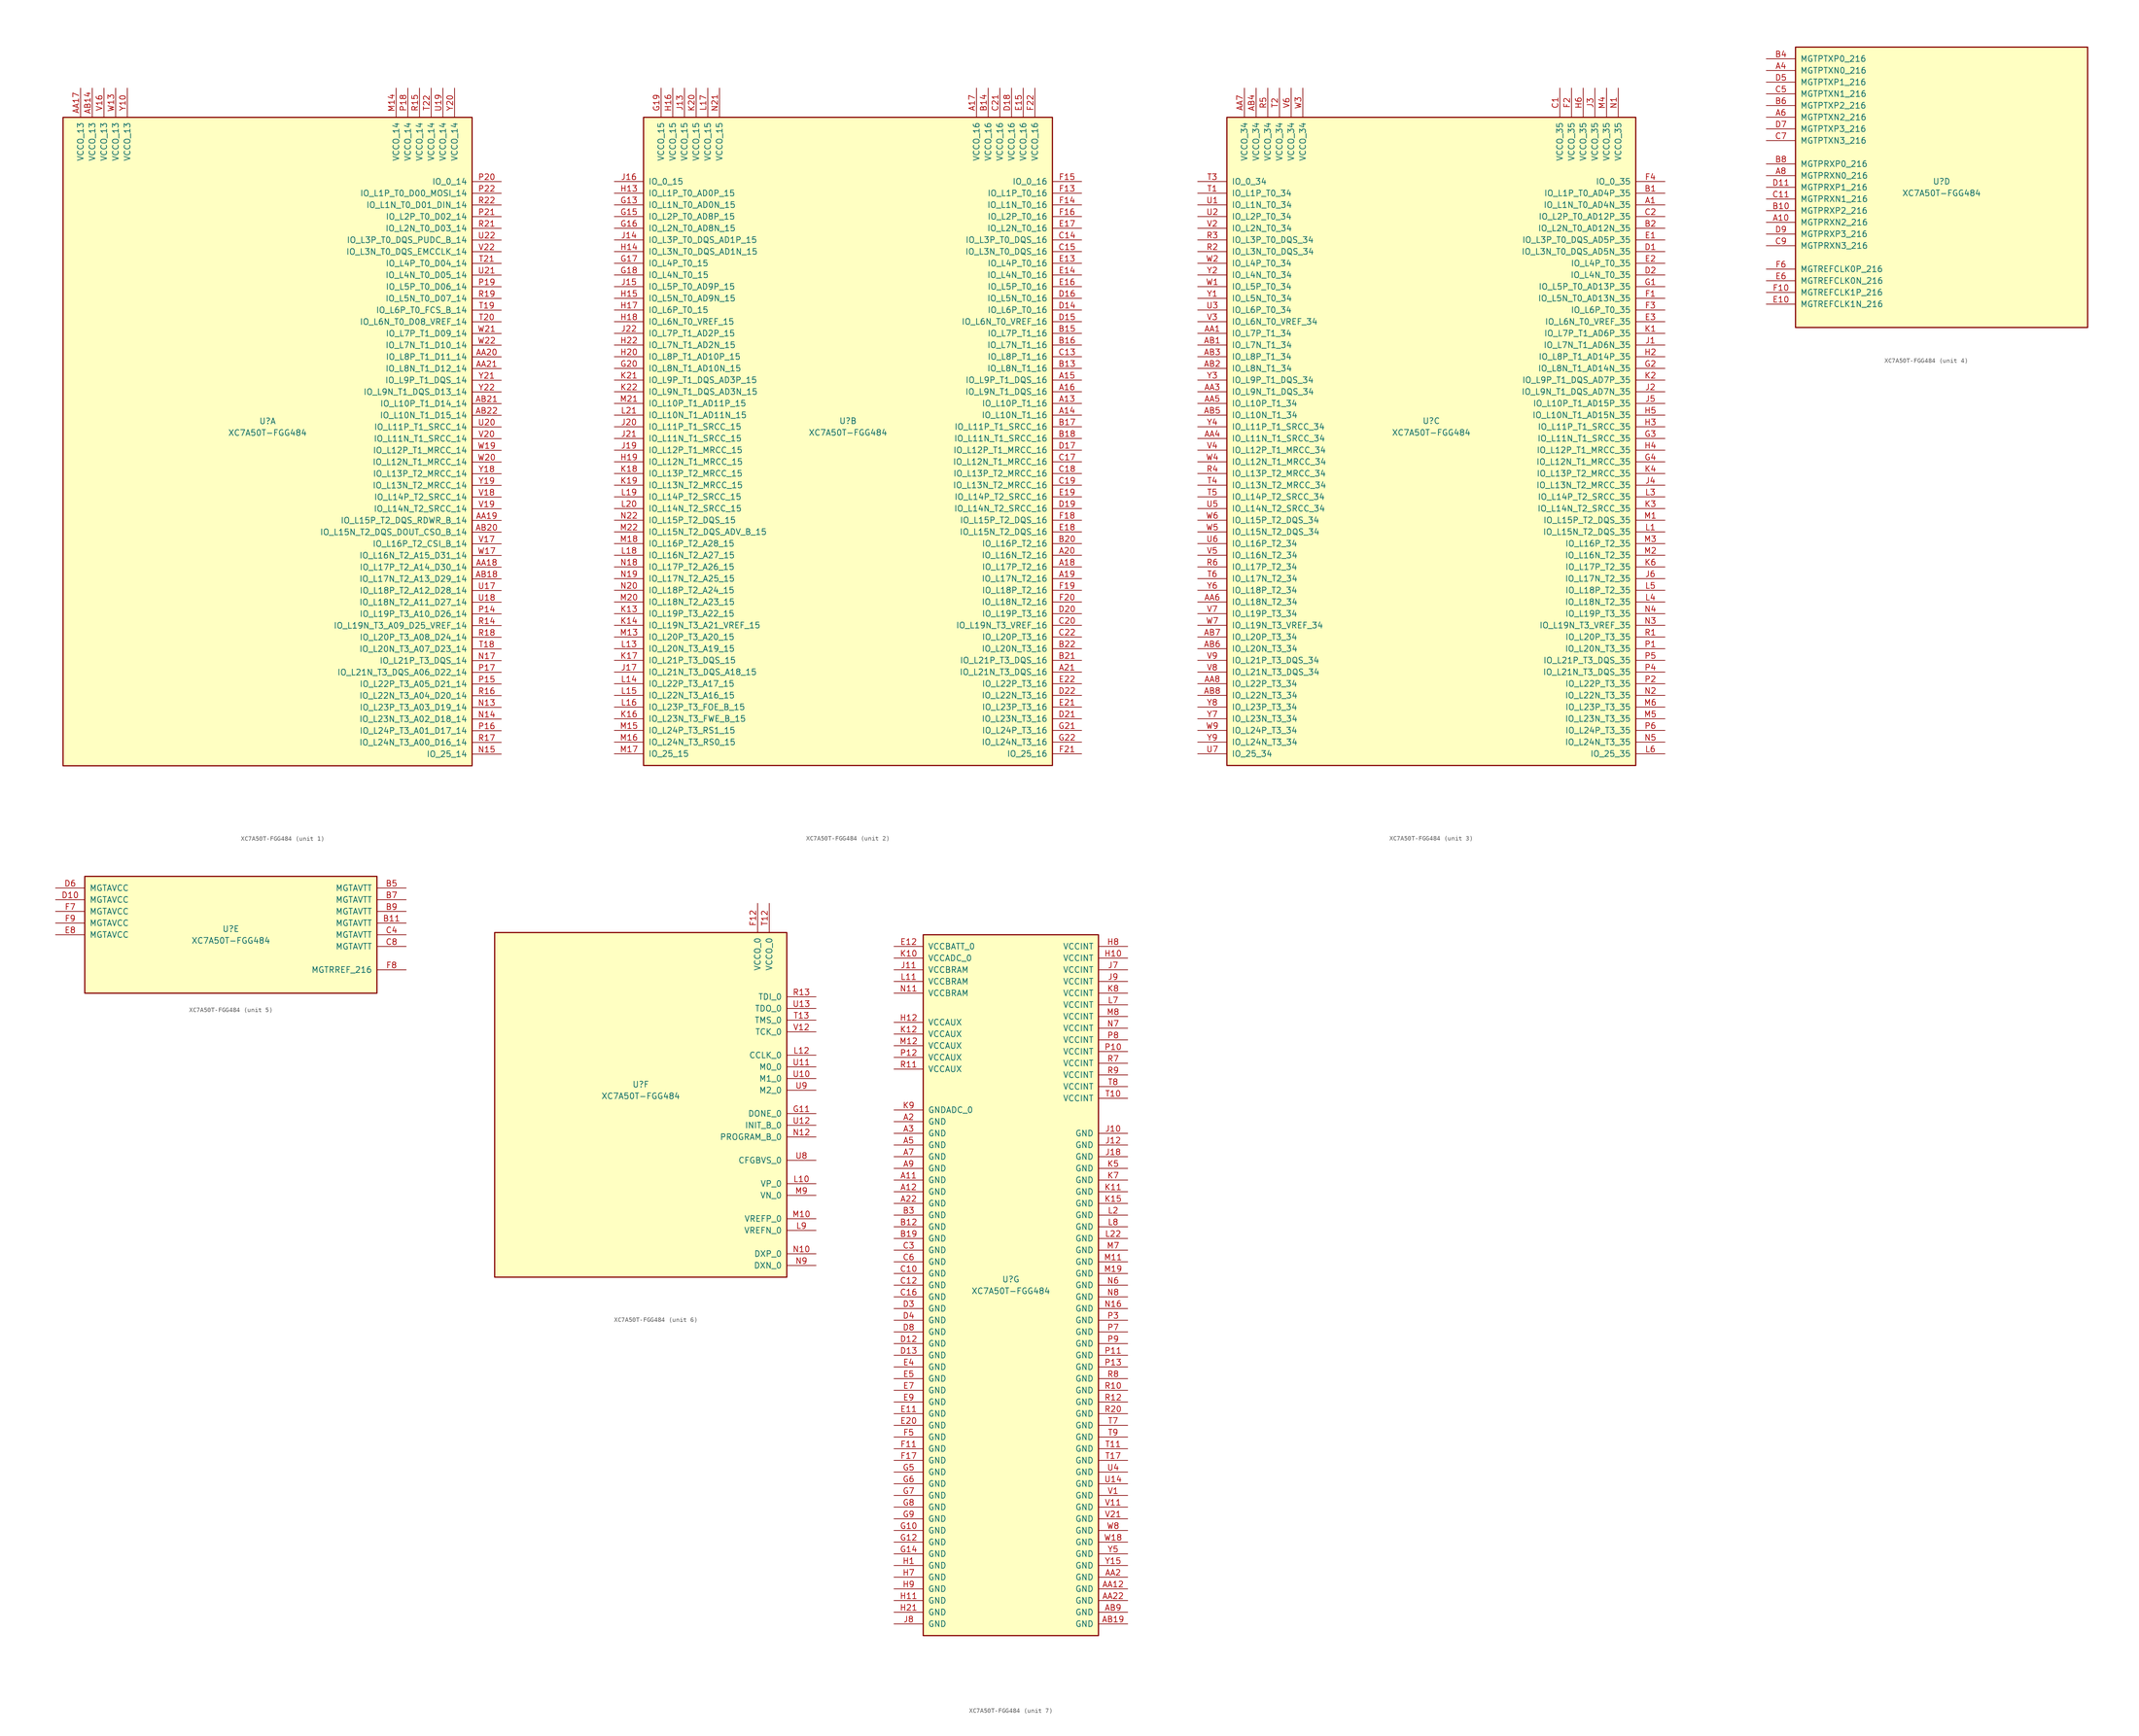
<source format=kicad_sym>
(kicad_symbol_lib
  (version 20241209)
  (generator "kicad_symbol_editor")
  (generator_version "9.0")
  (symbol "XC7A50T-FGG484"
    (pin_names
      (offset 1.016))
    (property "Reference" "U"
      (at 0 1.27 0)
      (effects (font (size 1.27 1.27))))
    (property "Value" "XC7A50T-FGG484"
      (at 0 -1.27 0)
      (effects (font (size 1.27 1.27))))
    (property "Datasheet" ""
      (at 0 0 0)
      (effects (font (size 1.27 1.27))))
    (property "ki_locked" ""
      (at 0 0 0)
      (effects (font (size 1.27 1.27))))
    (symbol "XC7A50T-FGG484_1_1"
      (rectangle (start -44.45 67.31) (end 44.45 -73.66) (stroke (width 0.254) (type default)) (fill (type background)))
      (pin power_in line (at -40.64 73.66 270) (length 6.35) (name "VCCO_13" (effects (font (size 1.27 1.27)))) (number "AA17" (effects (font (size 1.27 1.27)))))
      (pin power_in line (at -38.1 73.66 270) (length 6.35) (name "VCCO_13" (effects (font (size 1.27 1.27)))) (number "AB14" (effects (font (size 1.27 1.27)))))
      (pin power_in line (at -35.56 73.66 270) (length 6.35) (name "VCCO_13" (effects (font (size 1.27 1.27)))) (number "V16" (effects (font (size 1.27 1.27)))))
      (pin power_in line (at -33.02 73.66 270) (length 6.35) (name "VCCO_13" (effects (font (size 1.27 1.27)))) (number "W13" (effects (font (size 1.27 1.27)))))
      (pin power_in line (at -30.48 73.66 270) (length 6.35) (name "VCCO_13" (effects (font (size 1.27 1.27)))) (number "Y10" (effects (font (size 1.27 1.27)))))
      (pin power_in line (at 27.94 73.66 270) (length 6.35) (name "VCCO_14" (effects (font (size 1.27 1.27)))) (number "M14" (effects (font (size 1.27 1.27)))))
      (pin power_in line (at 30.48 73.66 270) (length 6.35) (name "VCCO_14" (effects (font (size 1.27 1.27)))) (number "P18" (effects (font (size 1.27 1.27)))))
      (pin power_in line (at 33.02 73.66 270) (length 6.35) (name "VCCO_14" (effects (font (size 1.27 1.27)))) (number "R15" (effects (font (size 1.27 1.27)))))
      (pin power_in line (at 35.56 73.66 270) (length 6.35) (name "VCCO_14" (effects (font (size 1.27 1.27)))) (number "T22" (effects (font (size 1.27 1.27)))))
      (pin power_in line (at 38.1 73.66 270) (length 6.35) (name "VCCO_14" (effects (font (size 1.27 1.27)))) (number "U19" (effects (font (size 1.27 1.27)))))
      (pin power_in line (at 40.64 73.66 270) (length 6.35) (name "VCCO_14" (effects (font (size 1.27 1.27)))) (number "Y20" (effects (font (size 1.27 1.27)))))
      (pin bidirectional line (at 50.8 53.34 180) (length 6.35) (name "IO_0_14" (effects (font (size 1.27 1.27)))) (number "P20" (effects (font (size 1.27 1.27)))))
      (pin bidirectional line (at 50.8 50.8 180) (length 6.35) (name "IO_L1P_T0_D00_MOSI_14" (effects (font (size 1.27 1.27)))) (number "P22" (effects (font (size 1.27 1.27)))))
      (pin bidirectional line (at 50.8 48.26 180) (length 6.35) (name "IO_L1N_T0_D01_DIN_14" (effects (font (size 1.27 1.27)))) (number "R22" (effects (font (size 1.27 1.27)))))
      (pin bidirectional line (at 50.8 45.72 180) (length 6.35) (name "IO_L2P_T0_D02_14" (effects (font (size 1.27 1.27)))) (number "P21" (effects (font (size 1.27 1.27)))))
      (pin bidirectional line (at 50.8 43.18 180) (length 6.35) (name "IO_L2N_T0_D03_14" (effects (font (size 1.27 1.27)))) (number "R21" (effects (font (size 1.27 1.27)))))
      (pin bidirectional line (at 50.8 40.64 180) (length 6.35) (name "IO_L3P_T0_DQS_PUDC_B_14" (effects (font (size 1.27 1.27)))) (number "U22" (effects (font (size 1.27 1.27)))))
      (pin bidirectional line (at 50.8 38.1 180) (length 6.35) (name "IO_L3N_T0_DQS_EMCCLK_14" (effects (font (size 1.27 1.27)))) (number "V22" (effects (font (size 1.27 1.27)))))
      (pin bidirectional line (at 50.8 35.56 180) (length 6.35) (name "IO_L4P_T0_D04_14" (effects (font (size 1.27 1.27)))) (number "T21" (effects (font (size 1.27 1.27)))))
      (pin bidirectional line (at 50.8 33.02 180) (length 6.35) (name "IO_L4N_T0_D05_14" (effects (font (size 1.27 1.27)))) (number "U21" (effects (font (size 1.27 1.27)))))
      (pin bidirectional line (at 50.8 30.48 180) (length 6.35) (name "IO_L5P_T0_D06_14" (effects (font (size 1.27 1.27)))) (number "P19" (effects (font (size 1.27 1.27)))))
      (pin bidirectional line (at 50.8 27.94 180) (length 6.35) (name "IO_L5N_T0_D07_14" (effects (font (size 1.27 1.27)))) (number "R19" (effects (font (size 1.27 1.27)))))
      (pin bidirectional line (at 50.8 25.4 180) (length 6.35) (name "IO_L6P_T0_FCS_B_14" (effects (font (size 1.27 1.27)))) (number "T19" (effects (font (size 1.27 1.27)))))
      (pin bidirectional line (at 50.8 22.86 180) (length 6.35) (name "IO_L6N_T0_D08_VREF_14" (effects (font (size 1.27 1.27)))) (number "T20" (effects (font (size 1.27 1.27)))))
      (pin bidirectional line (at 50.8 20.32 180) (length 6.35) (name "IO_L7P_T1_D09_14" (effects (font (size 1.27 1.27)))) (number "W21" (effects (font (size 1.27 1.27)))))
      (pin bidirectional line (at 50.8 17.78 180) (length 6.35) (name "IO_L7N_T1_D10_14" (effects (font (size 1.27 1.27)))) (number "W22" (effects (font (size 1.27 1.27)))))
      (pin bidirectional line (at 50.8 15.24 180) (length 6.35) (name "IO_L8P_T1_D11_14" (effects (font (size 1.27 1.27)))) (number "AA20" (effects (font (size 1.27 1.27)))))
      (pin bidirectional line (at 50.8 12.7 180) (length 6.35) (name "IO_L8N_T1_D12_14" (effects (font (size 1.27 1.27)))) (number "AA21" (effects (font (size 1.27 1.27)))))
      (pin bidirectional line (at 50.8 10.16 180) (length 6.35) (name "IO_L9P_T1_DQS_14" (effects (font (size 1.27 1.27)))) (number "Y21" (effects (font (size 1.27 1.27)))))
      (pin bidirectional line (at 50.8 7.62 180) (length 6.35) (name "IO_L9N_T1_DQS_D13_14" (effects (font (size 1.27 1.27)))) (number "Y22" (effects (font (size 1.27 1.27)))))
      (pin bidirectional line (at 50.8 5.08 180) (length 6.35) (name "IO_L10P_T1_D14_14" (effects (font (size 1.27 1.27)))) (number "AB21" (effects (font (size 1.27 1.27)))))
      (pin bidirectional line (at 50.8 2.54 180) (length 6.35) (name "IO_L10N_T1_D15_14" (effects (font (size 1.27 1.27)))) (number "AB22" (effects (font (size 1.27 1.27)))))
      (pin bidirectional line (at 50.8 0 180) (length 6.35) (name "IO_L11P_T1_SRCC_14" (effects (font (size 1.27 1.27)))) (number "U20" (effects (font (size 1.27 1.27)))))
      (pin bidirectional line (at 50.8 -2.54 180) (length 6.35) (name "IO_L11N_T1_SRCC_14" (effects (font (size 1.27 1.27)))) (number "V20" (effects (font (size 1.27 1.27)))))
      (pin bidirectional line (at 50.8 -5.08 180) (length 6.35) (name "IO_L12P_T1_MRCC_14" (effects (font (size 1.27 1.27)))) (number "W19" (effects (font (size 1.27 1.27)))))
      (pin bidirectional line (at 50.8 -7.62 180) (length 6.35) (name "IO_L12N_T1_MRCC_14" (effects (font (size 1.27 1.27)))) (number "W20" (effects (font (size 1.27 1.27)))))
      (pin bidirectional line (at 50.8 -10.16 180) (length 6.35) (name "IO_L13P_T2_MRCC_14" (effects (font (size 1.27 1.27)))) (number "Y18" (effects (font (size 1.27 1.27)))))
      (pin bidirectional line (at 50.8 -12.7 180) (length 6.35) (name "IO_L13N_T2_MRCC_14" (effects (font (size 1.27 1.27)))) (number "Y19" (effects (font (size 1.27 1.27)))))
      (pin bidirectional line (at 50.8 -15.24 180) (length 6.35) (name "IO_L14P_T2_SRCC_14" (effects (font (size 1.27 1.27)))) (number "V18" (effects (font (size 1.27 1.27)))))
      (pin bidirectional line (at 50.8 -17.78 180) (length 6.35) (name "IO_L14N_T2_SRCC_14" (effects (font (size 1.27 1.27)))) (number "V19" (effects (font (size 1.27 1.27)))))
      (pin bidirectional line (at 50.8 -20.32 180) (length 6.35) (name "IO_L15P_T2_DQS_RDWR_B_14" (effects (font (size 1.27 1.27)))) (number "AA19" (effects (font (size 1.27 1.27)))))
      (pin bidirectional line (at 50.8 -22.86 180) (length 6.35) (name "IO_L15N_T2_DQS_DOUT_CSO_B_14" (effects (font (size 1.27 1.27)))) (number "AB20" (effects (font (size 1.27 1.27)))))
      (pin bidirectional line (at 50.8 -25.4 180) (length 6.35) (name "IO_L16P_T2_CSI_B_14" (effects (font (size 1.27 1.27)))) (number "V17" (effects (font (size 1.27 1.27)))))
      (pin bidirectional line (at 50.8 -27.94 180) (length 6.35) (name "IO_L16N_T2_A15_D31_14" (effects (font (size 1.27 1.27)))) (number "W17" (effects (font (size 1.27 1.27)))))
      (pin bidirectional line (at 50.8 -30.48 180) (length 6.35) (name "IO_L17P_T2_A14_D30_14" (effects (font (size 1.27 1.27)))) (number "AA18" (effects (font (size 1.27 1.27)))))
      (pin bidirectional line (at 50.8 -33.02 180) (length 6.35) (name "IO_L17N_T2_A13_D29_14" (effects (font (size 1.27 1.27)))) (number "AB18" (effects (font (size 1.27 1.27)))))
      (pin bidirectional line (at 50.8 -35.56 180) (length 6.35) (name "IO_L18P_T2_A12_D28_14" (effects (font (size 1.27 1.27)))) (number "U17" (effects (font (size 1.27 1.27)))))
      (pin bidirectional line (at 50.8 -38.1 180) (length 6.35) (name "IO_L18N_T2_A11_D27_14" (effects (font (size 1.27 1.27)))) (number "U18" (effects (font (size 1.27 1.27)))))
      (pin bidirectional line (at 50.8 -40.64 180) (length 6.35) (name "IO_L19P_T3_A10_D26_14" (effects (font (size 1.27 1.27)))) (number "P14" (effects (font (size 1.27 1.27)))))
      (pin bidirectional line (at 50.8 -43.18 180) (length 6.35) (name "IO_L19N_T3_A09_D25_VREF_14" (effects (font (size 1.27 1.27)))) (number "R14" (effects (font (size 1.27 1.27)))))
      (pin bidirectional line (at 50.8 -45.72 180) (length 6.35) (name "IO_L20P_T3_A08_D24_14" (effects (font (size 1.27 1.27)))) (number "R18" (effects (font (size 1.27 1.27)))))
      (pin bidirectional line (at 50.8 -48.26 180) (length 6.35) (name "IO_L20N_T3_A07_D23_14" (effects (font (size 1.27 1.27)))) (number "T18" (effects (font (size 1.27 1.27)))))
      (pin bidirectional line (at 50.8 -50.8 180) (length 6.35) (name "IO_L21P_T3_DQS_14" (effects (font (size 1.27 1.27)))) (number "N17" (effects (font (size 1.27 1.27)))))
      (pin bidirectional line (at 50.8 -53.34 180) (length 6.35) (name "IO_L21N_T3_DQS_A06_D22_14" (effects (font (size 1.27 1.27)))) (number "P17" (effects (font (size 1.27 1.27)))))
      (pin bidirectional line (at 50.8 -55.88 180) (length 6.35) (name "IO_L22P_T3_A05_D21_14" (effects (font (size 1.27 1.27)))) (number "P15" (effects (font (size 1.27 1.27)))))
      (pin bidirectional line (at 50.8 -58.42 180) (length 6.35) (name "IO_L22N_T3_A04_D20_14" (effects (font (size 1.27 1.27)))) (number "R16" (effects (font (size 1.27 1.27)))))
      (pin bidirectional line (at 50.8 -60.96 180) (length 6.35) (name "IO_L23P_T3_A03_D19_14" (effects (font (size 1.27 1.27)))) (number "N13" (effects (font (size 1.27 1.27)))))
      (pin bidirectional line (at 50.8 -63.5 180) (length 6.35) (name "IO_L23N_T3_A02_D18_14" (effects (font (size 1.27 1.27)))) (number "N14" (effects (font (size 1.27 1.27)))))
      (pin bidirectional line (at 50.8 -66.04 180) (length 6.35) (name "IO_L24P_T3_A01_D17_14" (effects (font (size 1.27 1.27)))) (number "P16" (effects (font (size 1.27 1.27)))))
      (pin bidirectional line (at 50.8 -68.58 180) (length 6.35) (name "IO_L24N_T3_A00_D16_14" (effects (font (size 1.27 1.27)))) (number "R17" (effects (font (size 1.27 1.27)))))
      (pin bidirectional line (at 50.8 -71.12 180) (length 6.35) (name "IO_25_14" (effects (font (size 1.27 1.27)))) (number "N15" (effects (font (size 1.27 1.27))))))
    (symbol "XC7A50T-FGG484_2_1"
      (rectangle (start -44.45 67.31) (end 44.45 -73.66) (stroke (width 0.254) (type default)) (fill (type background)))
      (pin bidirectional line (at -50.8 53.34 0) (length 6.35) (name "IO_0_15" (effects (font (size 1.27 1.27)))) (number "J16" (effects (font (size 1.27 1.27)))))
      (pin bidirectional line (at -50.8 50.8 0) (length 6.35) (name "IO_L1P_T0_AD0P_15" (effects (font (size 1.27 1.27)))) (number "H13" (effects (font (size 1.27 1.27)))))
      (pin bidirectional line (at -50.8 48.26 0) (length 6.35) (name "IO_L1N_T0_AD0N_15" (effects (font (size 1.27 1.27)))) (number "G13" (effects (font (size 1.27 1.27)))))
      (pin bidirectional line (at -50.8 45.72 0) (length 6.35) (name "IO_L2P_T0_AD8P_15" (effects (font (size 1.27 1.27)))) (number "G15" (effects (font (size 1.27 1.27)))))
      (pin bidirectional line (at -50.8 43.18 0) (length 6.35) (name "IO_L2N_T0_AD8N_15" (effects (font (size 1.27 1.27)))) (number "G16" (effects (font (size 1.27 1.27)))))
      (pin bidirectional line (at -50.8 40.64 0) (length 6.35) (name "IO_L3P_T0_DQS_AD1P_15" (effects (font (size 1.27 1.27)))) (number "J14" (effects (font (size 1.27 1.27)))))
      (pin bidirectional line (at -50.8 38.1 0) (length 6.35) (name "IO_L3N_T0_DQS_AD1N_15" (effects (font (size 1.27 1.27)))) (number "H14" (effects (font (size 1.27 1.27)))))
      (pin bidirectional line (at -50.8 35.56 0) (length 6.35) (name "IO_L4P_T0_15" (effects (font (size 1.27 1.27)))) (number "G17" (effects (font (size 1.27 1.27)))))
      (pin bidirectional line (at -50.8 33.02 0) (length 6.35) (name "IO_L4N_T0_15" (effects (font (size 1.27 1.27)))) (number "G18" (effects (font (size 1.27 1.27)))))
      (pin bidirectional line (at -50.8 30.48 0) (length 6.35) (name "IO_L5P_T0_AD9P_15" (effects (font (size 1.27 1.27)))) (number "J15" (effects (font (size 1.27 1.27)))))
      (pin bidirectional line (at -50.8 27.94 0) (length 6.35) (name "IO_L5N_T0_AD9N_15" (effects (font (size 1.27 1.27)))) (number "H15" (effects (font (size 1.27 1.27)))))
      (pin bidirectional line (at -50.8 25.4 0) (length 6.35) (name "IO_L6P_T0_15" (effects (font (size 1.27 1.27)))) (number "H17" (effects (font (size 1.27 1.27)))))
      (pin bidirectional line (at -50.8 22.86 0) (length 6.35) (name "IO_L6N_T0_VREF_15" (effects (font (size 1.27 1.27)))) (number "H18" (effects (font (size 1.27 1.27)))))
      (pin bidirectional line (at -50.8 20.32 0) (length 6.35) (name "IO_L7P_T1_AD2P_15" (effects (font (size 1.27 1.27)))) (number "J22" (effects (font (size 1.27 1.27)))))
      (pin bidirectional line (at -50.8 17.78 0) (length 6.35) (name "IO_L7N_T1_AD2N_15" (effects (font (size 1.27 1.27)))) (number "H22" (effects (font (size 1.27 1.27)))))
      (pin bidirectional line (at -50.8 15.24 0) (length 6.35) (name "IO_L8P_T1_AD10P_15" (effects (font (size 1.27 1.27)))) (number "H20" (effects (font (size 1.27 1.27)))))
      (pin bidirectional line (at -50.8 12.7 0) (length 6.35) (name "IO_L8N_T1_AD10N_15" (effects (font (size 1.27 1.27)))) (number "G20" (effects (font (size 1.27 1.27)))))
      (pin bidirectional line (at -50.8 10.16 0) (length 6.35) (name "IO_L9P_T1_DQS_AD3P_15" (effects (font (size 1.27 1.27)))) (number "K21" (effects (font (size 1.27 1.27)))))
      (pin bidirectional line (at -50.8 7.62 0) (length 6.35) (name "IO_L9N_T1_DQS_AD3N_15" (effects (font (size 1.27 1.27)))) (number "K22" (effects (font (size 1.27 1.27)))))
      (pin bidirectional line (at -50.8 5.08 0) (length 6.35) (name "IO_L10P_T1_AD11P_15" (effects (font (size 1.27 1.27)))) (number "M21" (effects (font (size 1.27 1.27)))))
      (pin bidirectional line (at -50.8 2.54 0) (length 6.35) (name "IO_L10N_T1_AD11N_15" (effects (font (size 1.27 1.27)))) (number "L21" (effects (font (size 1.27 1.27)))))
      (pin bidirectional line (at -50.8 0 0) (length 6.35) (name "IO_L11P_T1_SRCC_15" (effects (font (size 1.27 1.27)))) (number "J20" (effects (font (size 1.27 1.27)))))
      (pin bidirectional line (at -50.8 -2.54 0) (length 6.35) (name "IO_L11N_T1_SRCC_15" (effects (font (size 1.27 1.27)))) (number "J21" (effects (font (size 1.27 1.27)))))
      (pin bidirectional line (at -50.8 -5.08 0) (length 6.35) (name "IO_L12P_T1_MRCC_15" (effects (font (size 1.27 1.27)))) (number "J19" (effects (font (size 1.27 1.27)))))
      (pin bidirectional line (at -50.8 -7.62 0) (length 6.35) (name "IO_L12N_T1_MRCC_15" (effects (font (size 1.27 1.27)))) (number "H19" (effects (font (size 1.27 1.27)))))
      (pin bidirectional line (at -50.8 -10.16 0) (length 6.35) (name "IO_L13P_T2_MRCC_15" (effects (font (size 1.27 1.27)))) (number "K18" (effects (font (size 1.27 1.27)))))
      (pin bidirectional line (at -50.8 -12.7 0) (length 6.35) (name "IO_L13N_T2_MRCC_15" (effects (font (size 1.27 1.27)))) (number "K19" (effects (font (size 1.27 1.27)))))
      (pin bidirectional line (at -50.8 -15.24 0) (length 6.35) (name "IO_L14P_T2_SRCC_15" (effects (font (size 1.27 1.27)))) (number "L19" (effects (font (size 1.27 1.27)))))
      (pin bidirectional line (at -50.8 -17.78 0) (length 6.35) (name "IO_L14N_T2_SRCC_15" (effects (font (size 1.27 1.27)))) (number "L20" (effects (font (size 1.27 1.27)))))
      (pin bidirectional line (at -50.8 -20.32 0) (length 6.35) (name "IO_L15P_T2_DQS_15" (effects (font (size 1.27 1.27)))) (number "N22" (effects (font (size 1.27 1.27)))))
      (pin bidirectional line (at -50.8 -22.86 0) (length 6.35) (name "IO_L15N_T2_DQS_ADV_B_15" (effects (font (size 1.27 1.27)))) (number "M22" (effects (font (size 1.27 1.27)))))
      (pin bidirectional line (at -50.8 -25.4 0) (length 6.35) (name "IO_L16P_T2_A28_15" (effects (font (size 1.27 1.27)))) (number "M18" (effects (font (size 1.27 1.27)))))
      (pin bidirectional line (at -50.8 -27.94 0) (length 6.35) (name "IO_L16N_T2_A27_15" (effects (font (size 1.27 1.27)))) (number "L18" (effects (font (size 1.27 1.27)))))
      (pin bidirectional line (at -50.8 -30.48 0) (length 6.35) (name "IO_L17P_T2_A26_15" (effects (font (size 1.27 1.27)))) (number "N18" (effects (font (size 1.27 1.27)))))
      (pin bidirectional line (at -50.8 -33.02 0) (length 6.35) (name "IO_L17N_T2_A25_15" (effects (font (size 1.27 1.27)))) (number "N19" (effects (font (size 1.27 1.27)))))
      (pin bidirectional line (at -50.8 -35.56 0) (length 6.35) (name "IO_L18P_T2_A24_15" (effects (font (size 1.27 1.27)))) (number "N20" (effects (font (size 1.27 1.27)))))
      (pin bidirectional line (at -50.8 -38.1 0) (length 6.35) (name "IO_L18N_T2_A23_15" (effects (font (size 1.27 1.27)))) (number "M20" (effects (font (size 1.27 1.27)))))
      (pin bidirectional line (at -50.8 -40.64 0) (length 6.35) (name "IO_L19P_T3_A22_15" (effects (font (size 1.27 1.27)))) (number "K13" (effects (font (size 1.27 1.27)))))
      (pin bidirectional line (at -50.8 -43.18 0) (length 6.35) (name "IO_L19N_T3_A21_VREF_15" (effects (font (size 1.27 1.27)))) (number "K14" (effects (font (size 1.27 1.27)))))
      (pin bidirectional line (at -50.8 -45.72 0) (length 6.35) (name "IO_L20P_T3_A20_15" (effects (font (size 1.27 1.27)))) (number "M13" (effects (font (size 1.27 1.27)))))
      (pin bidirectional line (at -50.8 -48.26 0) (length 6.35) (name "IO_L20N_T3_A19_15" (effects (font (size 1.27 1.27)))) (number "L13" (effects (font (size 1.27 1.27)))))
      (pin bidirectional line (at -50.8 -50.8 0) (length 6.35) (name "IO_L21P_T3_DQS_15" (effects (font (size 1.27 1.27)))) (number "K17" (effects (font (size 1.27 1.27)))))
      (pin bidirectional line (at -50.8 -53.34 0) (length 6.35) (name "IO_L21N_T3_DQS_A18_15" (effects (font (size 1.27 1.27)))) (number "J17" (effects (font (size 1.27 1.27)))))
      (pin bidirectional line (at -50.8 -55.88 0) (length 6.35) (name "IO_L22P_T3_A17_15" (effects (font (size 1.27 1.27)))) (number "L14" (effects (font (size 1.27 1.27)))))
      (pin bidirectional line (at -50.8 -58.42 0) (length 6.35) (name "IO_L22N_T3_A16_15" (effects (font (size 1.27 1.27)))) (number "L15" (effects (font (size 1.27 1.27)))))
      (pin bidirectional line (at -50.8 -60.96 0) (length 6.35) (name "IO_L23P_T3_FOE_B_15" (effects (font (size 1.27 1.27)))) (number "L16" (effects (font (size 1.27 1.27)))))
      (pin bidirectional line (at -50.8 -63.5 0) (length 6.35) (name "IO_L23N_T3_FWE_B_15" (effects (font (size 1.27 1.27)))) (number "K16" (effects (font (size 1.27 1.27)))))
      (pin bidirectional line (at -50.8 -66.04 0) (length 6.35) (name "IO_L24P_T3_RS1_15" (effects (font (size 1.27 1.27)))) (number "M15" (effects (font (size 1.27 1.27)))))
      (pin bidirectional line (at -50.8 -68.58 0) (length 6.35) (name "IO_L24N_T3_RS0_15" (effects (font (size 1.27 1.27)))) (number "M16" (effects (font (size 1.27 1.27)))))
      (pin bidirectional line (at -50.8 -71.12 0) (length 6.35) (name "IO_25_15" (effects (font (size 1.27 1.27)))) (number "M17" (effects (font (size 1.27 1.27)))))
      (pin power_in line (at -40.64 73.66 270) (length 6.35) (name "VCCO_15" (effects (font (size 1.27 1.27)))) (number "G19" (effects (font (size 1.27 1.27)))))
      (pin power_in line (at -38.1 73.66 270) (length 6.35) (name "VCCO_15" (effects (font (size 1.27 1.27)))) (number "H16" (effects (font (size 1.27 1.27)))))
      (pin power_in line (at -35.56 73.66 270) (length 6.35) (name "VCCO_15" (effects (font (size 1.27 1.27)))) (number "J13" (effects (font (size 1.27 1.27)))))
      (pin power_in line (at -33.02 73.66 270) (length 6.35) (name "VCCO_15" (effects (font (size 1.27 1.27)))) (number "K20" (effects (font (size 1.27 1.27)))))
      (pin power_in line (at -30.48 73.66 270) (length 6.35) (name "VCCO_15" (effects (font (size 1.27 1.27)))) (number "L17" (effects (font (size 1.27 1.27)))))
      (pin power_in line (at -27.94 73.66 270) (length 6.35) (name "VCCO_15" (effects (font (size 1.27 1.27)))) (number "N21" (effects (font (size 1.27 1.27)))))
      (pin power_in line (at 27.94 73.66 270) (length 6.35) (name "VCCO_16" (effects (font (size 1.27 1.27)))) (number "A17" (effects (font (size 1.27 1.27)))))
      (pin power_in line (at 30.48 73.66 270) (length 6.35) (name "VCCO_16" (effects (font (size 1.27 1.27)))) (number "B14" (effects (font (size 1.27 1.27)))))
      (pin power_in line (at 33.02 73.66 270) (length 6.35) (name "VCCO_16" (effects (font (size 1.27 1.27)))) (number "C21" (effects (font (size 1.27 1.27)))))
      (pin power_in line (at 35.56 73.66 270) (length 6.35) (name "VCCO_16" (effects (font (size 1.27 1.27)))) (number "D18" (effects (font (size 1.27 1.27)))))
      (pin power_in line (at 38.1 73.66 270) (length 6.35) (name "VCCO_16" (effects (font (size 1.27 1.27)))) (number "E15" (effects (font (size 1.27 1.27)))))
      (pin power_in line (at 40.64 73.66 270) (length 6.35) (name "VCCO_16" (effects (font (size 1.27 1.27)))) (number "F22" (effects (font (size 1.27 1.27)))))
      (pin bidirectional line (at 50.8 53.34 180) (length 6.35) (name "IO_0_16" (effects (font (size 1.27 1.27)))) (number "F15" (effects (font (size 1.27 1.27)))))
      (pin bidirectional line (at 50.8 50.8 180) (length 6.35) (name "IO_L1P_T0_16" (effects (font (size 1.27 1.27)))) (number "F13" (effects (font (size 1.27 1.27)))))
      (pin bidirectional line (at 50.8 48.26 180) (length 6.35) (name "IO_L1N_T0_16" (effects (font (size 1.27 1.27)))) (number "F14" (effects (font (size 1.27 1.27)))))
      (pin bidirectional line (at 50.8 45.72 180) (length 6.35) (name "IO_L2P_T0_16" (effects (font (size 1.27 1.27)))) (number "F16" (effects (font (size 1.27 1.27)))))
      (pin bidirectional line (at 50.8 43.18 180) (length 6.35) (name "IO_L2N_T0_16" (effects (font (size 1.27 1.27)))) (number "E17" (effects (font (size 1.27 1.27)))))
      (pin bidirectional line (at 50.8 40.64 180) (length 6.35) (name "IO_L3P_T0_DQS_16" (effects (font (size 1.27 1.27)))) (number "C14" (effects (font (size 1.27 1.27)))))
      (pin bidirectional line (at 50.8 38.1 180) (length 6.35) (name "IO_L3N_T0_DQS_16" (effects (font (size 1.27 1.27)))) (number "C15" (effects (font (size 1.27 1.27)))))
      (pin bidirectional line (at 50.8 35.56 180) (length 6.35) (name "IO_L4P_T0_16" (effects (font (size 1.27 1.27)))) (number "E13" (effects (font (size 1.27 1.27)))))
      (pin bidirectional line (at 50.8 33.02 180) (length 6.35) (name "IO_L4N_T0_16" (effects (font (size 1.27 1.27)))) (number "E14" (effects (font (size 1.27 1.27)))))
      (pin bidirectional line (at 50.8 30.48 180) (length 6.35) (name "IO_L5P_T0_16" (effects (font (size 1.27 1.27)))) (number "E16" (effects (font (size 1.27 1.27)))))
      (pin bidirectional line (at 50.8 27.94 180) (length 6.35) (name "IO_L5N_T0_16" (effects (font (size 1.27 1.27)))) (number "D16" (effects (font (size 1.27 1.27)))))
      (pin bidirectional line (at 50.8 25.4 180) (length 6.35) (name "IO_L6P_T0_16" (effects (font (size 1.27 1.27)))) (number "D14" (effects (font (size 1.27 1.27)))))
      (pin bidirectional line (at 50.8 22.86 180) (length 6.35) (name "IO_L6N_T0_VREF_16" (effects (font (size 1.27 1.27)))) (number "D15" (effects (font (size 1.27 1.27)))))
      (pin bidirectional line (at 50.8 20.32 180) (length 6.35) (name "IO_L7P_T1_16" (effects (font (size 1.27 1.27)))) (number "B15" (effects (font (size 1.27 1.27)))))
      (pin bidirectional line (at 50.8 17.78 180) (length 6.35) (name "IO_L7N_T1_16" (effects (font (size 1.27 1.27)))) (number "B16" (effects (font (size 1.27 1.27)))))
      (pin bidirectional line (at 50.8 15.24 180) (length 6.35) (name "IO_L8P_T1_16" (effects (font (size 1.27 1.27)))) (number "C13" (effects (font (size 1.27 1.27)))))
      (pin bidirectional line (at 50.8 12.7 180) (length 6.35) (name "IO_L8N_T1_16" (effects (font (size 1.27 1.27)))) (number "B13" (effects (font (size 1.27 1.27)))))
      (pin bidirectional line (at 50.8 10.16 180) (length 6.35) (name "IO_L9P_T1_DQS_16" (effects (font (size 1.27 1.27)))) (number "A15" (effects (font (size 1.27 1.27)))))
      (pin bidirectional line (at 50.8 7.62 180) (length 6.35) (name "IO_L9N_T1_DQS_16" (effects (font (size 1.27 1.27)))) (number "A16" (effects (font (size 1.27 1.27)))))
      (pin bidirectional line (at 50.8 5.08 180) (length 6.35) (name "IO_L10P_T1_16" (effects (font (size 1.27 1.27)))) (number "A13" (effects (font (size 1.27 1.27)))))
      (pin bidirectional line (at 50.8 2.54 180) (length 6.35) (name "IO_L10N_T1_16" (effects (font (size 1.27 1.27)))) (number "A14" (effects (font (size 1.27 1.27)))))
      (pin bidirectional line (at 50.8 0 180) (length 6.35) (name "IO_L11P_T1_SRCC_16" (effects (font (size 1.27 1.27)))) (number "B17" (effects (font (size 1.27 1.27)))))
      (pin bidirectional line (at 50.8 -2.54 180) (length 6.35) (name "IO_L11N_T1_SRCC_16" (effects (font (size 1.27 1.27)))) (number "B18" (effects (font (size 1.27 1.27)))))
      (pin bidirectional line (at 50.8 -5.08 180) (length 6.35) (name "IO_L12P_T1_MRCC_16" (effects (font (size 1.27 1.27)))) (number "D17" (effects (font (size 1.27 1.27)))))
      (pin bidirectional line (at 50.8 -7.62 180) (length 6.35) (name "IO_L12N_T1_MRCC_16" (effects (font (size 1.27 1.27)))) (number "C17" (effects (font (size 1.27 1.27)))))
      (pin bidirectional line (at 50.8 -10.16 180) (length 6.35) (name "IO_L13P_T2_MRCC_16" (effects (font (size 1.27 1.27)))) (number "C18" (effects (font (size 1.27 1.27)))))
      (pin bidirectional line (at 50.8 -12.7 180) (length 6.35) (name "IO_L13N_T2_MRCC_16" (effects (font (size 1.27 1.27)))) (number "C19" (effects (font (size 1.27 1.27)))))
      (pin bidirectional line (at 50.8 -15.24 180) (length 6.35) (name "IO_L14P_T2_SRCC_16" (effects (font (size 1.27 1.27)))) (number "E19" (effects (font (size 1.27 1.27)))))
      (pin bidirectional line (at 50.8 -17.78 180) (length 6.35) (name "IO_L14N_T2_SRCC_16" (effects (font (size 1.27 1.27)))) (number "D19" (effects (font (size 1.27 1.27)))))
      (pin bidirectional line (at 50.8 -20.32 180) (length 6.35) (name "IO_L15P_T2_DQS_16" (effects (font (size 1.27 1.27)))) (number "F18" (effects (font (size 1.27 1.27)))))
      (pin bidirectional line (at 50.8 -22.86 180) (length 6.35) (name "IO_L15N_T2_DQS_16" (effects (font (size 1.27 1.27)))) (number "E18" (effects (font (size 1.27 1.27)))))
      (pin bidirectional line (at 50.8 -25.4 180) (length 6.35) (name "IO_L16P_T2_16" (effects (font (size 1.27 1.27)))) (number "B20" (effects (font (size 1.27 1.27)))))
      (pin bidirectional line (at 50.8 -27.94 180) (length 6.35) (name "IO_L16N_T2_16" (effects (font (size 1.27 1.27)))) (number "A20" (effects (font (size 1.27 1.27)))))
      (pin bidirectional line (at 50.8 -30.48 180) (length 6.35) (name "IO_L17P_T2_16" (effects (font (size 1.27 1.27)))) (number "A18" (effects (font (size 1.27 1.27)))))
      (pin bidirectional line (at 50.8 -33.02 180) (length 6.35) (name "IO_L17N_T2_16" (effects (font (size 1.27 1.27)))) (number "A19" (effects (font (size 1.27 1.27)))))
      (pin bidirectional line (at 50.8 -35.56 180) (length 6.35) (name "IO_L18P_T2_16" (effects (font (size 1.27 1.27)))) (number "F19" (effects (font (size 1.27 1.27)))))
      (pin bidirectional line (at 50.8 -38.1 180) (length 6.35) (name "IO_L18N_T2_16" (effects (font (size 1.27 1.27)))) (number "F20" (effects (font (size 1.27 1.27)))))
      (pin bidirectional line (at 50.8 -40.64 180) (length 6.35) (name "IO_L19P_T3_16" (effects (font (size 1.27 1.27)))) (number "D20" (effects (font (size 1.27 1.27)))))
      (pin bidirectional line (at 50.8 -43.18 180) (length 6.35) (name "IO_L19N_T3_VREF_16" (effects (font (size 1.27 1.27)))) (number "C20" (effects (font (size 1.27 1.27)))))
      (pin bidirectional line (at 50.8 -45.72 180) (length 6.35) (name "IO_L20P_T3_16" (effects (font (size 1.27 1.27)))) (number "C22" (effects (font (size 1.27 1.27)))))
      (pin bidirectional line (at 50.8 -48.26 180) (length 6.35) (name "IO_L20N_T3_16" (effects (font (size 1.27 1.27)))) (number "B22" (effects (font (size 1.27 1.27)))))
      (pin bidirectional line (at 50.8 -50.8 180) (length 6.35) (name "IO_L21P_T3_DQS_16" (effects (font (size 1.27 1.27)))) (number "B21" (effects (font (size 1.27 1.27)))))
      (pin bidirectional line (at 50.8 -53.34 180) (length 6.35) (name "IO_L21N_T3_DQS_16" (effects (font (size 1.27 1.27)))) (number "A21" (effects (font (size 1.27 1.27)))))
      (pin bidirectional line (at 50.8 -55.88 180) (length 6.35) (name "IO_L22P_T3_16" (effects (font (size 1.27 1.27)))) (number "E22" (effects (font (size 1.27 1.27)))))
      (pin bidirectional line (at 50.8 -58.42 180) (length 6.35) (name "IO_L22N_T3_16" (effects (font (size 1.27 1.27)))) (number "D22" (effects (font (size 1.27 1.27)))))
      (pin bidirectional line (at 50.8 -60.96 180) (length 6.35) (name "IO_L23P_T3_16" (effects (font (size 1.27 1.27)))) (number "E21" (effects (font (size 1.27 1.27)))))
      (pin bidirectional line (at 50.8 -63.5 180) (length 6.35) (name "IO_L23N_T3_16" (effects (font (size 1.27 1.27)))) (number "D21" (effects (font (size 1.27 1.27)))))
      (pin bidirectional line (at 50.8 -66.04 180) (length 6.35) (name "IO_L24P_T3_16" (effects (font (size 1.27 1.27)))) (number "G21" (effects (font (size 1.27 1.27)))))
      (pin bidirectional line (at 50.8 -68.58 180) (length 6.35) (name "IO_L24N_T3_16" (effects (font (size 1.27 1.27)))) (number "G22" (effects (font (size 1.27 1.27)))))
      (pin bidirectional line (at 50.8 -71.12 180) (length 6.35) (name "IO_25_16" (effects (font (size 1.27 1.27)))) (number "F21" (effects (font (size 1.27 1.27))))))
    (symbol "XC7A50T-FGG484_3_1"
      (rectangle (start -44.45 67.31) (end 44.45 -73.66) (stroke (width 0.254) (type default)) (fill (type background)))
      (pin bidirectional line (at -50.8 53.34 0) (length 6.35) (name "IO_0_34" (effects (font (size 1.27 1.27)))) (number "T3" (effects (font (size 1.27 1.27)))))
      (pin bidirectional line (at -50.8 50.8 0) (length 6.35) (name "IO_L1P_T0_34" (effects (font (size 1.27 1.27)))) (number "T1" (effects (font (size 1.27 1.27)))))
      (pin bidirectional line (at -50.8 48.26 0) (length 6.35) (name "IO_L1N_T0_34" (effects (font (size 1.27 1.27)))) (number "U1" (effects (font (size 1.27 1.27)))))
      (pin bidirectional line (at -50.8 45.72 0) (length 6.35) (name "IO_L2P_T0_34" (effects (font (size 1.27 1.27)))) (number "U2" (effects (font (size 1.27 1.27)))))
      (pin bidirectional line (at -50.8 43.18 0) (length 6.35) (name "IO_L2N_T0_34" (effects (font (size 1.27 1.27)))) (number "V2" (effects (font (size 1.27 1.27)))))
      (pin bidirectional line (at -50.8 40.64 0) (length 6.35) (name "IO_L3P_T0_DQS_34" (effects (font (size 1.27 1.27)))) (number "R3" (effects (font (size 1.27 1.27)))))
      (pin bidirectional line (at -50.8 38.1 0) (length 6.35) (name "IO_L3N_T0_DQS_34" (effects (font (size 1.27 1.27)))) (number "R2" (effects (font (size 1.27 1.27)))))
      (pin bidirectional line (at -50.8 35.56 0) (length 6.35) (name "IO_L4P_T0_34" (effects (font (size 1.27 1.27)))) (number "W2" (effects (font (size 1.27 1.27)))))
      (pin bidirectional line (at -50.8 33.02 0) (length 6.35) (name "IO_L4N_T0_34" (effects (font (size 1.27 1.27)))) (number "Y2" (effects (font (size 1.27 1.27)))))
      (pin bidirectional line (at -50.8 30.48 0) (length 6.35) (name "IO_L5P_T0_34" (effects (font (size 1.27 1.27)))) (number "W1" (effects (font (size 1.27 1.27)))))
      (pin bidirectional line (at -50.8 27.94 0) (length 6.35) (name "IO_L5N_T0_34" (effects (font (size 1.27 1.27)))) (number "Y1" (effects (font (size 1.27 1.27)))))
      (pin bidirectional line (at -50.8 25.4 0) (length 6.35) (name "IO_L6P_T0_34" (effects (font (size 1.27 1.27)))) (number "U3" (effects (font (size 1.27 1.27)))))
      (pin bidirectional line (at -50.8 22.86 0) (length 6.35) (name "IO_L6N_T0_VREF_34" (effects (font (size 1.27 1.27)))) (number "V3" (effects (font (size 1.27 1.27)))))
      (pin bidirectional line (at -50.8 20.32 0) (length 6.35) (name "IO_L7P_T1_34" (effects (font (size 1.27 1.27)))) (number "AA1" (effects (font (size 1.27 1.27)))))
      (pin bidirectional line (at -50.8 17.78 0) (length 6.35) (name "IO_L7N_T1_34" (effects (font (size 1.27 1.27)))) (number "AB1" (effects (font (size 1.27 1.27)))))
      (pin bidirectional line (at -50.8 15.24 0) (length 6.35) (name "IO_L8P_T1_34" (effects (font (size 1.27 1.27)))) (number "AB3" (effects (font (size 1.27 1.27)))))
      (pin bidirectional line (at -50.8 12.7 0) (length 6.35) (name "IO_L8N_T1_34" (effects (font (size 1.27 1.27)))) (number "AB2" (effects (font (size 1.27 1.27)))))
      (pin bidirectional line (at -50.8 10.16 0) (length 6.35) (name "IO_L9P_T1_DQS_34" (effects (font (size 1.27 1.27)))) (number "Y3" (effects (font (size 1.27 1.27)))))
      (pin bidirectional line (at -50.8 7.62 0) (length 6.35) (name "IO_L9N_T1_DQS_34" (effects (font (size 1.27 1.27)))) (number "AA3" (effects (font (size 1.27 1.27)))))
      (pin bidirectional line (at -50.8 5.08 0) (length 6.35) (name "IO_L10P_T1_34" (effects (font (size 1.27 1.27)))) (number "AA5" (effects (font (size 1.27 1.27)))))
      (pin bidirectional line (at -50.8 2.54 0) (length 6.35) (name "IO_L10N_T1_34" (effects (font (size 1.27 1.27)))) (number "AB5" (effects (font (size 1.27 1.27)))))
      (pin bidirectional line (at -50.8 0 0) (length 6.35) (name "IO_L11P_T1_SRCC_34" (effects (font (size 1.27 1.27)))) (number "Y4" (effects (font (size 1.27 1.27)))))
      (pin bidirectional line (at -50.8 -2.54 0) (length 6.35) (name "IO_L11N_T1_SRCC_34" (effects (font (size 1.27 1.27)))) (number "AA4" (effects (font (size 1.27 1.27)))))
      (pin bidirectional line (at -50.8 -5.08 0) (length 6.35) (name "IO_L12P_T1_MRCC_34" (effects (font (size 1.27 1.27)))) (number "V4" (effects (font (size 1.27 1.27)))))
      (pin bidirectional line (at -50.8 -7.62 0) (length 6.35) (name "IO_L12N_T1_MRCC_34" (effects (font (size 1.27 1.27)))) (number "W4" (effects (font (size 1.27 1.27)))))
      (pin bidirectional line (at -50.8 -10.16 0) (length 6.35) (name "IO_L13P_T2_MRCC_34" (effects (font (size 1.27 1.27)))) (number "R4" (effects (font (size 1.27 1.27)))))
      (pin bidirectional line (at -50.8 -12.7 0) (length 6.35) (name "IO_L13N_T2_MRCC_34" (effects (font (size 1.27 1.27)))) (number "T4" (effects (font (size 1.27 1.27)))))
      (pin bidirectional line (at -50.8 -15.24 0) (length 6.35) (name "IO_L14P_T2_SRCC_34" (effects (font (size 1.27 1.27)))) (number "T5" (effects (font (size 1.27 1.27)))))
      (pin bidirectional line (at -50.8 -17.78 0) (length 6.35) (name "IO_L14N_T2_SRCC_34" (effects (font (size 1.27 1.27)))) (number "U5" (effects (font (size 1.27 1.27)))))
      (pin bidirectional line (at -50.8 -20.32 0) (length 6.35) (name "IO_L15P_T2_DQS_34" (effects (font (size 1.27 1.27)))) (number "W6" (effects (font (size 1.27 1.27)))))
      (pin bidirectional line (at -50.8 -22.86 0) (length 6.35) (name "IO_L15N_T2_DQS_34" (effects (font (size 1.27 1.27)))) (number "W5" (effects (font (size 1.27 1.27)))))
      (pin bidirectional line (at -50.8 -25.4 0) (length 6.35) (name "IO_L16P_T2_34" (effects (font (size 1.27 1.27)))) (number "U6" (effects (font (size 1.27 1.27)))))
      (pin bidirectional line (at -50.8 -27.94 0) (length 6.35) (name "IO_L16N_T2_34" (effects (font (size 1.27 1.27)))) (number "V5" (effects (font (size 1.27 1.27)))))
      (pin bidirectional line (at -50.8 -30.48 0) (length 6.35) (name "IO_L17P_T2_34" (effects (font (size 1.27 1.27)))) (number "R6" (effects (font (size 1.27 1.27)))))
      (pin bidirectional line (at -50.8 -33.02 0) (length 6.35) (name "IO_L17N_T2_34" (effects (font (size 1.27 1.27)))) (number "T6" (effects (font (size 1.27 1.27)))))
      (pin bidirectional line (at -50.8 -35.56 0) (length 6.35) (name "IO_L18P_T2_34" (effects (font (size 1.27 1.27)))) (number "Y6" (effects (font (size 1.27 1.27)))))
      (pin bidirectional line (at -50.8 -38.1 0) (length 6.35) (name "IO_L18N_T2_34" (effects (font (size 1.27 1.27)))) (number "AA6" (effects (font (size 1.27 1.27)))))
      (pin bidirectional line (at -50.8 -40.64 0) (length 6.35) (name "IO_L19P_T3_34" (effects (font (size 1.27 1.27)))) (number "V7" (effects (font (size 1.27 1.27)))))
      (pin bidirectional line (at -50.8 -43.18 0) (length 6.35) (name "IO_L19N_T3_VREF_34" (effects (font (size 1.27 1.27)))) (number "W7" (effects (font (size 1.27 1.27)))))
      (pin bidirectional line (at -50.8 -45.72 0) (length 6.35) (name "IO_L20P_T3_34" (effects (font (size 1.27 1.27)))) (number "AB7" (effects (font (size 1.27 1.27)))))
      (pin bidirectional line (at -50.8 -48.26 0) (length 6.35) (name "IO_L20N_T3_34" (effects (font (size 1.27 1.27)))) (number "AB6" (effects (font (size 1.27 1.27)))))
      (pin bidirectional line (at -50.8 -50.8 0) (length 6.35) (name "IO_L21P_T3_DQS_34" (effects (font (size 1.27 1.27)))) (number "V9" (effects (font (size 1.27 1.27)))))
      (pin bidirectional line (at -50.8 -53.34 0) (length 6.35) (name "IO_L21N_T3_DQS_34" (effects (font (size 1.27 1.27)))) (number "V8" (effects (font (size 1.27 1.27)))))
      (pin bidirectional line (at -50.8 -55.88 0) (length 6.35) (name "IO_L22P_T3_34" (effects (font (size 1.27 1.27)))) (number "AA8" (effects (font (size 1.27 1.27)))))
      (pin bidirectional line (at -50.8 -58.42 0) (length 6.35) (name "IO_L22N_T3_34" (effects (font (size 1.27 1.27)))) (number "AB8" (effects (font (size 1.27 1.27)))))
      (pin bidirectional line (at -50.8 -60.96 0) (length 6.35) (name "IO_L23P_T3_34" (effects (font (size 1.27 1.27)))) (number "Y8" (effects (font (size 1.27 1.27)))))
      (pin bidirectional line (at -50.8 -63.5 0) (length 6.35) (name "IO_L23N_T3_34" (effects (font (size 1.27 1.27)))) (number "Y7" (effects (font (size 1.27 1.27)))))
      (pin bidirectional line (at -50.8 -66.04 0) (length 6.35) (name "IO_L24P_T3_34" (effects (font (size 1.27 1.27)))) (number "W9" (effects (font (size 1.27 1.27)))))
      (pin bidirectional line (at -50.8 -68.58 0) (length 6.35) (name "IO_L24N_T3_34" (effects (font (size 1.27 1.27)))) (number "Y9" (effects (font (size 1.27 1.27)))))
      (pin bidirectional line (at -50.8 -71.12 0) (length 6.35) (name "IO_25_34" (effects (font (size 1.27 1.27)))) (number "U7" (effects (font (size 1.27 1.27)))))
      (pin power_in line (at -40.64 73.66 270) (length 6.35) (name "VCCO_34" (effects (font (size 1.27 1.27)))) (number "AA7" (effects (font (size 1.27 1.27)))))
      (pin power_in line (at -38.1 73.66 270) (length 6.35) (name "VCCO_34" (effects (font (size 1.27 1.27)))) (number "AB4" (effects (font (size 1.27 1.27)))))
      (pin power_in line (at -35.56 73.66 270) (length 6.35) (name "VCCO_34" (effects (font (size 1.27 1.27)))) (number "R5" (effects (font (size 1.27 1.27)))))
      (pin power_in line (at -33.02 73.66 270) (length 6.35) (name "VCCO_34" (effects (font (size 1.27 1.27)))) (number "T2" (effects (font (size 1.27 1.27)))))
      (pin power_in line (at -30.48 73.66 270) (length 6.35) (name "VCCO_34" (effects (font (size 1.27 1.27)))) (number "V6" (effects (font (size 1.27 1.27)))))
      (pin power_in line (at -27.94 73.66 270) (length 6.35) (name "VCCO_34" (effects (font (size 1.27 1.27)))) (number "W3" (effects (font (size 1.27 1.27)))))
      (pin power_in line (at 27.94 73.66 270) (length 6.35) (name "VCCO_35" (effects (font (size 1.27 1.27)))) (number "C1" (effects (font (size 1.27 1.27)))))
      (pin power_in line (at 30.48 73.66 270) (length 6.35) (name "VCCO_35" (effects (font (size 1.27 1.27)))) (number "F2" (effects (font (size 1.27 1.27)))))
      (pin power_in line (at 33.02 73.66 270) (length 6.35) (name "VCCO_35" (effects (font (size 1.27 1.27)))) (number "H6" (effects (font (size 1.27 1.27)))))
      (pin power_in line (at 35.56 73.66 270) (length 6.35) (name "VCCO_35" (effects (font (size 1.27 1.27)))) (number "J3" (effects (font (size 1.27 1.27)))))
      (pin power_in line (at 38.1 73.66 270) (length 6.35) (name "VCCO_35" (effects (font (size 1.27 1.27)))) (number "M4" (effects (font (size 1.27 1.27)))))
      (pin power_in line (at 40.64 73.66 270) (length 6.35) (name "VCCO_35" (effects (font (size 1.27 1.27)))) (number "N1" (effects (font (size 1.27 1.27)))))
      (pin bidirectional line (at 50.8 53.34 180) (length 6.35) (name "IO_0_35" (effects (font (size 1.27 1.27)))) (number "F4" (effects (font (size 1.27 1.27)))))
      (pin bidirectional line (at 50.8 50.8 180) (length 6.35) (name "IO_L1P_T0_AD4P_35" (effects (font (size 1.27 1.27)))) (number "B1" (effects (font (size 1.27 1.27)))))
      (pin bidirectional line (at 50.8 48.26 180) (length 6.35) (name "IO_L1N_T0_AD4N_35" (effects (font (size 1.27 1.27)))) (number "A1" (effects (font (size 1.27 1.27)))))
      (pin bidirectional line (at 50.8 45.72 180) (length 6.35) (name "IO_L2P_T0_AD12P_35" (effects (font (size 1.27 1.27)))) (number "C2" (effects (font (size 1.27 1.27)))))
      (pin bidirectional line (at 50.8 43.18 180) (length 6.35) (name "IO_L2N_T0_AD12N_35" (effects (font (size 1.27 1.27)))) (number "B2" (effects (font (size 1.27 1.27)))))
      (pin bidirectional line (at 50.8 40.64 180) (length 6.35) (name "IO_L3P_T0_DQS_AD5P_35" (effects (font (size 1.27 1.27)))) (number "E1" (effects (font (size 1.27 1.27)))))
      (pin bidirectional line (at 50.8 38.1 180) (length 6.35) (name "IO_L3N_T0_DQS_AD5N_35" (effects (font (size 1.27 1.27)))) (number "D1" (effects (font (size 1.27 1.27)))))
      (pin bidirectional line (at 50.8 35.56 180) (length 6.35) (name "IO_L4P_T0_35" (effects (font (size 1.27 1.27)))) (number "E2" (effects (font (size 1.27 1.27)))))
      (pin bidirectional line (at 50.8 33.02 180) (length 6.35) (name "IO_L4N_T0_35" (effects (font (size 1.27 1.27)))) (number "D2" (effects (font (size 1.27 1.27)))))
      (pin bidirectional line (at 50.8 30.48 180) (length 6.35) (name "IO_L5P_T0_AD13P_35" (effects (font (size 1.27 1.27)))) (number "G1" (effects (font (size 1.27 1.27)))))
      (pin bidirectional line (at 50.8 27.94 180) (length 6.35) (name "IO_L5N_T0_AD13N_35" (effects (font (size 1.27 1.27)))) (number "F1" (effects (font (size 1.27 1.27)))))
      (pin bidirectional line (at 50.8 25.4 180) (length 6.35) (name "IO_L6P_T0_35" (effects (font (size 1.27 1.27)))) (number "F3" (effects (font (size 1.27 1.27)))))
      (pin bidirectional line (at 50.8 22.86 180) (length 6.35) (name "IO_L6N_T0_VREF_35" (effects (font (size 1.27 1.27)))) (number "E3" (effects (font (size 1.27 1.27)))))
      (pin bidirectional line (at 50.8 20.32 180) (length 6.35) (name "IO_L7P_T1_AD6P_35" (effects (font (size 1.27 1.27)))) (number "K1" (effects (font (size 1.27 1.27)))))
      (pin bidirectional line (at 50.8 17.78 180) (length 6.35) (name "IO_L7N_T1_AD6N_35" (effects (font (size 1.27 1.27)))) (number "J1" (effects (font (size 1.27 1.27)))))
      (pin bidirectional line (at 50.8 15.24 180) (length 6.35) (name "IO_L8P_T1_AD14P_35" (effects (font (size 1.27 1.27)))) (number "H2" (effects (font (size 1.27 1.27)))))
      (pin bidirectional line (at 50.8 12.7 180) (length 6.35) (name "IO_L8N_T1_AD14N_35" (effects (font (size 1.27 1.27)))) (number "G2" (effects (font (size 1.27 1.27)))))
      (pin bidirectional line (at 50.8 10.16 180) (length 6.35) (name "IO_L9P_T1_DQS_AD7P_35" (effects (font (size 1.27 1.27)))) (number "K2" (effects (font (size 1.27 1.27)))))
      (pin bidirectional line (at 50.8 7.62 180) (length 6.35) (name "IO_L9N_T1_DQS_AD7N_35" (effects (font (size 1.27 1.27)))) (number "J2" (effects (font (size 1.27 1.27)))))
      (pin bidirectional line (at 50.8 5.08 180) (length 6.35) (name "IO_L10P_T1_AD15P_35" (effects (font (size 1.27 1.27)))) (number "J5" (effects (font (size 1.27 1.27)))))
      (pin bidirectional line (at 50.8 2.54 180) (length 6.35) (name "IO_L10N_T1_AD15N_35" (effects (font (size 1.27 1.27)))) (number "H5" (effects (font (size 1.27 1.27)))))
      (pin bidirectional line (at 50.8 0 180) (length 6.35) (name "IO_L11P_T1_SRCC_35" (effects (font (size 1.27 1.27)))) (number "H3" (effects (font (size 1.27 1.27)))))
      (pin bidirectional line (at 50.8 -2.54 180) (length 6.35) (name "IO_L11N_T1_SRCC_35" (effects (font (size 1.27 1.27)))) (number "G3" (effects (font (size 1.27 1.27)))))
      (pin bidirectional line (at 50.8 -5.08 180) (length 6.35) (name "IO_L12P_T1_MRCC_35" (effects (font (size 1.27 1.27)))) (number "H4" (effects (font (size 1.27 1.27)))))
      (pin bidirectional line (at 50.8 -7.62 180) (length 6.35) (name "IO_L12N_T1_MRCC_35" (effects (font (size 1.27 1.27)))) (number "G4" (effects (font (size 1.27 1.27)))))
      (pin bidirectional line (at 50.8 -10.16 180) (length 6.35) (name "IO_L13P_T2_MRCC_35" (effects (font (size 1.27 1.27)))) (number "K4" (effects (font (size 1.27 1.27)))))
      (pin bidirectional line (at 50.8 -12.7 180) (length 6.35) (name "IO_L13N_T2_MRCC_35" (effects (font (size 1.27 1.27)))) (number "J4" (effects (font (size 1.27 1.27)))))
      (pin bidirectional line (at 50.8 -15.24 180) (length 6.35) (name "IO_L14P_T2_SRCC_35" (effects (font (size 1.27 1.27)))) (number "L3" (effects (font (size 1.27 1.27)))))
      (pin bidirectional line (at 50.8 -17.78 180) (length 6.35) (name "IO_L14N_T2_SRCC_35" (effects (font (size 1.27 1.27)))) (number "K3" (effects (font (size 1.27 1.27)))))
      (pin bidirectional line (at 50.8 -20.32 180) (length 6.35) (name "IO_L15P_T2_DQS_35" (effects (font (size 1.27 1.27)))) (number "M1" (effects (font (size 1.27 1.27)))))
      (pin bidirectional line (at 50.8 -22.86 180) (length 6.35) (name "IO_L15N_T2_DQS_35" (effects (font (size 1.27 1.27)))) (number "L1" (effects (font (size 1.27 1.27)))))
      (pin bidirectional line (at 50.8 -25.4 180) (length 6.35) (name "IO_L16P_T2_35" (effects (font (size 1.27 1.27)))) (number "M3" (effects (font (size 1.27 1.27)))))
      (pin bidirectional line (at 50.8 -27.94 180) (length 6.35) (name "IO_L16N_T2_35" (effects (font (size 1.27 1.27)))) (number "M2" (effects (font (size 1.27 1.27)))))
      (pin bidirectional line (at 50.8 -30.48 180) (length 6.35) (name "IO_L17P_T2_35" (effects (font (size 1.27 1.27)))) (number "K6" (effects (font (size 1.27 1.27)))))
      (pin bidirectional line (at 50.8 -33.02 180) (length 6.35) (name "IO_L17N_T2_35" (effects (font (size 1.27 1.27)))) (number "J6" (effects (font (size 1.27 1.27)))))
      (pin bidirectional line (at 50.8 -35.56 180) (length 6.35) (name "IO_L18P_T2_35" (effects (font (size 1.27 1.27)))) (number "L5" (effects (font (size 1.27 1.27)))))
      (pin bidirectional line (at 50.8 -38.1 180) (length 6.35) (name "IO_L18N_T2_35" (effects (font (size 1.27 1.27)))) (number "L4" (effects (font (size 1.27 1.27)))))
      (pin bidirectional line (at 50.8 -40.64 180) (length 6.35) (name "IO_L19P_T3_35" (effects (font (size 1.27 1.27)))) (number "N4" (effects (font (size 1.27 1.27)))))
      (pin bidirectional line (at 50.8 -43.18 180) (length 6.35) (name "IO_L19N_T3_VREF_35" (effects (font (size 1.27 1.27)))) (number "N3" (effects (font (size 1.27 1.27)))))
      (pin bidirectional line (at 50.8 -45.72 180) (length 6.35) (name "IO_L20P_T3_35" (effects (font (size 1.27 1.27)))) (number "R1" (effects (font (size 1.27 1.27)))))
      (pin bidirectional line (at 50.8 -48.26 180) (length 6.35) (name "IO_L20N_T3_35" (effects (font (size 1.27 1.27)))) (number "P1" (effects (font (size 1.27 1.27)))))
      (pin bidirectional line (at 50.8 -50.8 180) (length 6.35) (name "IO_L21P_T3_DQS_35" (effects (font (size 1.27 1.27)))) (number "P5" (effects (font (size 1.27 1.27)))))
      (pin bidirectional line (at 50.8 -53.34 180) (length 6.35) (name "IO_L21N_T3_DQS_35" (effects (font (size 1.27 1.27)))) (number "P4" (effects (font (size 1.27 1.27)))))
      (pin bidirectional line (at 50.8 -55.88 180) (length 6.35) (name "IO_L22P_T3_35" (effects (font (size 1.27 1.27)))) (number "P2" (effects (font (size 1.27 1.27)))))
      (pin bidirectional line (at 50.8 -58.42 180) (length 6.35) (name "IO_L22N_T3_35" (effects (font (size 1.27 1.27)))) (number "N2" (effects (font (size 1.27 1.27)))))
      (pin bidirectional line (at 50.8 -60.96 180) (length 6.35) (name "IO_L23P_T3_35" (effects (font (size 1.27 1.27)))) (number "M6" (effects (font (size 1.27 1.27)))))
      (pin bidirectional line (at 50.8 -63.5 180) (length 6.35) (name "IO_L23N_T3_35" (effects (font (size 1.27 1.27)))) (number "M5" (effects (font (size 1.27 1.27)))))
      (pin bidirectional line (at 50.8 -66.04 180) (length 6.35) (name "IO_L24P_T3_35" (effects (font (size 1.27 1.27)))) (number "P6" (effects (font (size 1.27 1.27)))))
      (pin bidirectional line (at 50.8 -68.58 180) (length 6.35) (name "IO_L24N_T3_35" (effects (font (size 1.27 1.27)))) (number "N5" (effects (font (size 1.27 1.27)))))
      (pin bidirectional line (at 50.8 -71.12 180) (length 6.35) (name "IO_25_35" (effects (font (size 1.27 1.27)))) (number "L6" (effects (font (size 1.27 1.27))))))
    (symbol "XC7A50T-FGG484_4_1"
      (rectangle (start -31.75 30.48) (end 31.75 -30.48) (stroke (width 0.254) (type default)) (fill (type background)))
      (pin bidirectional line (at -38.1 27.94 0) (length 6.35) (name "MGTPTXP0_216" (effects (font (size 1.27 1.27)))) (number "B4" (effects (font (size 1.27 1.27)))))
      (pin bidirectional line (at -38.1 25.4 0) (length 6.35) (name "MGTPTXN0_216" (effects (font (size 1.27 1.27)))) (number "A4" (effects (font (size 1.27 1.27)))))
      (pin bidirectional line (at -38.1 22.86 0) (length 6.35) (name "MGTPTXP1_216" (effects (font (size 1.27 1.27)))) (number "D5" (effects (font (size 1.27 1.27)))))
      (pin bidirectional line (at -38.1 20.32 0) (length 6.35) (name "MGTPTXN1_216" (effects (font (size 1.27 1.27)))) (number "C5" (effects (font (size 1.27 1.27)))))
      (pin bidirectional line (at -38.1 17.78 0) (length 6.35) (name "MGTPTXP2_216" (effects (font (size 1.27 1.27)))) (number "B6" (effects (font (size 1.27 1.27)))))
      (pin bidirectional line (at -38.1 15.24 0) (length 6.35) (name "MGTPTXN2_216" (effects (font (size 1.27 1.27)))) (number "A6" (effects (font (size 1.27 1.27)))))
      (pin bidirectional line (at -38.1 12.7 0) (length 6.35) (name "MGTPTXP3_216" (effects (font (size 1.27 1.27)))) (number "D7" (effects (font (size 1.27 1.27)))))
      (pin bidirectional line (at -38.1 10.16 0) (length 6.35) (name "MGTPTXN3_216" (effects (font (size 1.27 1.27)))) (number "C7" (effects (font (size 1.27 1.27)))))
      (pin bidirectional line (at -38.1 5.08 0) (length 6.35) (name "MGTPRXP0_216" (effects (font (size 1.27 1.27)))) (number "B8" (effects (font (size 1.27 1.27)))))
      (pin bidirectional line (at -38.1 2.54 0) (length 6.35) (name "MGTPRXN0_216" (effects (font (size 1.27 1.27)))) (number "A8" (effects (font (size 1.27 1.27)))))
      (pin bidirectional line (at -38.1 0 0) (length 6.35) (name "MGTPRXP1_216" (effects (font (size 1.27 1.27)))) (number "D11" (effects (font (size 1.27 1.27)))))
      (pin bidirectional line (at -38.1 -2.54 0) (length 6.35) (name "MGTPRXN1_216" (effects (font (size 1.27 1.27)))) (number "C11" (effects (font (size 1.27 1.27)))))
      (pin bidirectional line (at -38.1 -5.08 0) (length 6.35) (name "MGTPRXP2_216" (effects (font (size 1.27 1.27)))) (number "B10" (effects (font (size 1.27 1.27)))))
      (pin bidirectional line (at -38.1 -7.62 0) (length 6.35) (name "MGTPRXN2_216" (effects (font (size 1.27 1.27)))) (number "A10" (effects (font (size 1.27 1.27)))))
      (pin bidirectional line (at -38.1 -10.16 0) (length 6.35) (name "MGTPRXP3_216" (effects (font (size 1.27 1.27)))) (number "D9" (effects (font (size 1.27 1.27)))))
      (pin bidirectional line (at -38.1 -12.7 0) (length 6.35) (name "MGTPRXN3_216" (effects (font (size 1.27 1.27)))) (number "C9" (effects (font (size 1.27 1.27)))))
      (pin bidirectional line (at -38.1 -17.78 0) (length 6.35) (name "MGTREFCLK0P_216" (effects (font (size 1.27 1.27)))) (number "F6" (effects (font (size 1.27 1.27)))))
      (pin bidirectional line (at -38.1 -20.32 0) (length 6.35) (name "MGTREFCLK0N_216" (effects (font (size 1.27 1.27)))) (number "E6" (effects (font (size 1.27 1.27)))))
      (pin bidirectional line (at -38.1 -22.86 0) (length 6.35) (name "MGTREFCLK1P_216" (effects (font (size 1.27 1.27)))) (number "F10" (effects (font (size 1.27 1.27)))))
      (pin bidirectional line (at -38.1 -25.4 0) (length 6.35) (name "MGTREFCLK1N_216" (effects (font (size 1.27 1.27)))) (number "E10" (effects (font (size 1.27 1.27))))))
    (symbol "XC7A50T-FGG484_5_1"
      (rectangle (start -31.75 12.7) (end 31.75 -12.7) (stroke (width 0.254) (type default)) (fill (type background)))
      (pin power_in line (at -38.1 10.16 0) (length 6.35) (name "MGTAVCC" (effects (font (size 1.27 1.27)))) (number "D6" (effects (font (size 1.27 1.27)))))
      (pin power_in line (at -38.1 7.62 0) (length 6.35) (name "MGTAVCC" (effects (font (size 1.27 1.27)))) (number "D10" (effects (font (size 1.27 1.27)))))
      (pin power_in line (at -38.1 5.08 0) (length 6.35) (name "MGTAVCC" (effects (font (size 1.27 1.27)))) (number "F7" (effects (font (size 1.27 1.27)))))
      (pin power_in line (at -38.1 2.54 0) (length 6.35) (name "MGTAVCC" (effects (font (size 1.27 1.27)))) (number "F9" (effects (font (size 1.27 1.27)))))
      (pin power_in line (at -38.1 0 0) (length 6.35) (name "MGTAVCC" (effects (font (size 1.27 1.27)))) (number "E8" (effects (font (size 1.27 1.27)))))
      (pin power_in line (at 38.1 10.16 180) (length 6.35) (name "MGTAVTT" (effects (font (size 1.27 1.27)))) (number "B5" (effects (font (size 1.27 1.27)))))
      (pin power_in line (at 38.1 7.62 180) (length 6.35) (name "MGTAVTT" (effects (font (size 1.27 1.27)))) (number "B7" (effects (font (size 1.27 1.27)))))
      (pin power_in line (at 38.1 5.08 180) (length 6.35) (name "MGTAVTT" (effects (font (size 1.27 1.27)))) (number "B9" (effects (font (size 1.27 1.27)))))
      (pin power_in line (at 38.1 2.54 180) (length 6.35) (name "MGTAVTT" (effects (font (size 1.27 1.27)))) (number "B11" (effects (font (size 1.27 1.27)))))
      (pin power_in line (at 38.1 0 180) (length 6.35) (name "MGTAVTT" (effects (font (size 1.27 1.27)))) (number "C4" (effects (font (size 1.27 1.27)))))
      (pin power_in line (at 38.1 -2.54 180) (length 6.35) (name "MGTAVTT" (effects (font (size 1.27 1.27)))) (number "C8" (effects (font (size 1.27 1.27)))))
      (pin power_in line (at 38.1 -7.62 180) (length 6.35) (name "MGTRREF_216" (effects (font (size 1.27 1.27)))) (number "F8" (effects (font (size 1.27 1.27))))))
    (symbol "XC7A50T-FGG484_6_1"
      (rectangle (start -31.75 34.29) (end 31.75 -40.64) (stroke (width 0.254) (type default)) (fill (type background)))
      (pin power_in line (at 25.4 40.64 270) (length 6.35) (name "VCCO_0" (effects (font (size 1.27 1.27)))) (number "F12" (effects (font (size 1.27 1.27)))))
      (pin power_in line (at 27.94 40.64 270) (length 6.35) (name "VCCO_0" (effects (font (size 1.27 1.27)))) (number "T12" (effects (font (size 1.27 1.27)))))
      (pin bidirectional line (at 38.1 20.32 180) (length 6.35) (name "TDI_0" (effects (font (size 1.27 1.27)))) (number "R13" (effects (font (size 1.27 1.27)))))
      (pin bidirectional line (at 38.1 17.78 180) (length 6.35) (name "TDO_0" (effects (font (size 1.27 1.27)))) (number "U13" (effects (font (size 1.27 1.27)))))
      (pin bidirectional line (at 38.1 15.24 180) (length 6.35) (name "TMS_0" (effects (font (size 1.27 1.27)))) (number "T13" (effects (font (size 1.27 1.27)))))
      (pin bidirectional line (at 38.1 12.7 180) (length 6.35) (name "TCK_0" (effects (font (size 1.27 1.27)))) (number "V12" (effects (font (size 1.27 1.27)))))
      (pin bidirectional line (at 38.1 7.62 180) (length 6.35) (name "CCLK_0" (effects (font (size 1.27 1.27)))) (number "L12" (effects (font (size 1.27 1.27)))))
      (pin bidirectional line (at 38.1 5.08 180) (length 6.35) (name "M0_0" (effects (font (size 1.27 1.27)))) (number "U11" (effects (font (size 1.27 1.27)))))
      (pin bidirectional line (at 38.1 2.54 180) (length 6.35) (name "M1_0" (effects (font (size 1.27 1.27)))) (number "U10" (effects (font (size 1.27 1.27)))))
      (pin bidirectional line (at 38.1 0 180) (length 6.35) (name "M2_0" (effects (font (size 1.27 1.27)))) (number "U9" (effects (font (size 1.27 1.27)))))
      (pin bidirectional line (at 38.1 -5.08 180) (length 6.35) (name "DONE_0" (effects (font (size 1.27 1.27)))) (number "G11" (effects (font (size 1.27 1.27)))))
      (pin bidirectional line (at 38.1 -7.62 180) (length 6.35) (name "INIT_B_0" (effects (font (size 1.27 1.27)))) (number "U12" (effects (font (size 1.27 1.27)))))
      (pin bidirectional line (at 38.1 -10.16 180) (length 6.35) (name "PROGRAM_B_0" (effects (font (size 1.27 1.27)))) (number "N12" (effects (font (size 1.27 1.27)))))
      (pin bidirectional line (at 38.1 -15.24 180) (length 6.35) (name "CFGBVS_0" (effects (font (size 1.27 1.27)))) (number "U8" (effects (font (size 1.27 1.27)))))
      (pin bidirectional line (at 38.1 -20.32 180) (length 6.35) (name "VP_0" (effects (font (size 1.27 1.27)))) (number "L10" (effects (font (size 1.27 1.27)))))
      (pin bidirectional line (at 38.1 -22.86 180) (length 6.35) (name "VN_0" (effects (font (size 1.27 1.27)))) (number "M9" (effects (font (size 1.27 1.27)))))
      (pin bidirectional line (at 38.1 -27.94 180) (length 6.35) (name "VREFP_0" (effects (font (size 1.27 1.27)))) (number "M10" (effects (font (size 1.27 1.27)))))
      (pin bidirectional line (at 38.1 -30.48 180) (length 6.35) (name "VREFN_0" (effects (font (size 1.27 1.27)))) (number "L9" (effects (font (size 1.27 1.27)))))
      (pin bidirectional line (at 38.1 -35.56 180) (length 6.35) (name "DXP_0" (effects (font (size 1.27 1.27)))) (number "N10" (effects (font (size 1.27 1.27)))))
      (pin bidirectional line (at 38.1 -38.1 180) (length 6.35) (name "DXN_0" (effects (font (size 1.27 1.27)))) (number "N9" (effects (font (size 1.27 1.27))))))
    (symbol "XC7A50T-FGG484_7_1"
      (rectangle (start -19.05 76.2) (end 19.05 -76.2) (stroke (width 0.254) (type default)) (fill (type background)))
      (pin power_in line (at -25.4 73.66 0) (length 6.35) (name "VCCBATT_0" (effects (font (size 1.27 1.27)))) (number "E12" (effects (font (size 1.27 1.27)))))
      (pin power_in line (at -25.4 71.12 0) (length 6.35) (name "VCCADC_0" (effects (font (size 1.27 1.27)))) (number "K10" (effects (font (size 1.27 1.27)))))
      (pin power_in line (at -25.4 68.58 0) (length 6.35) (name "VCCBRAM" (effects (font (size 1.27 1.27)))) (number "J11" (effects (font (size 1.27 1.27)))))
      (pin power_in line (at -25.4 66.04 0) (length 6.35) (name "VCCBRAM" (effects (font (size 1.27 1.27)))) (number "L11" (effects (font (size 1.27 1.27)))))
      (pin power_in line (at -25.4 63.5 0) (length 6.35) (name "VCCBRAM" (effects (font (size 1.27 1.27)))) (number "N11" (effects (font (size 1.27 1.27)))))
      (pin power_in line (at -25.4 57.15 0) (length 6.35) (name "VCCAUX" (effects (font (size 1.27 1.27)))) (number "H12" (effects (font (size 1.27 1.27)))))
      (pin power_in line (at -25.4 54.61 0) (length 6.35) (name "VCCAUX" (effects (font (size 1.27 1.27)))) (number "K12" (effects (font (size 1.27 1.27)))))
      (pin power_in line (at -25.4 52.07 0) (length 6.35) (name "VCCAUX" (effects (font (size 1.27 1.27)))) (number "M12" (effects (font (size 1.27 1.27)))))
      (pin power_in line (at -25.4 49.53 0) (length 6.35) (name "VCCAUX" (effects (font (size 1.27 1.27)))) (number "P12" (effects (font (size 1.27 1.27)))))
      (pin power_in line (at -25.4 46.99 0) (length 6.35) (name "VCCAUX" (effects (font (size 1.27 1.27)))) (number "R11" (effects (font (size 1.27 1.27)))))
      (pin power_in line (at -25.4 38.1 0) (length 6.35) (name "GNDADC_0" (effects (font (size 1.27 1.27)))) (number "K9" (effects (font (size 1.27 1.27)))))
      (pin power_in line (at -25.4 35.56 0) (length 6.35) (name "GND" (effects (font (size 1.27 1.27)))) (number "A2" (effects (font (size 1.27 1.27)))))
      (pin power_in line (at -25.4 33.02 0) (length 6.35) (name "GND" (effects (font (size 1.27 1.27)))) (number "A3" (effects (font (size 1.27 1.27)))))
      (pin power_in line (at -25.4 30.48 0) (length 6.35) (name "GND" (effects (font (size 1.27 1.27)))) (number "A5" (effects (font (size 1.27 1.27)))))
      (pin power_in line (at -25.4 27.94 0) (length 6.35) (name "GND" (effects (font (size 1.27 1.27)))) (number "A7" (effects (font (size 1.27 1.27)))))
      (pin power_in line (at -25.4 25.4 0) (length 6.35) (name "GND" (effects (font (size 1.27 1.27)))) (number "A9" (effects (font (size 1.27 1.27)))))
      (pin power_in line (at -25.4 22.86 0) (length 6.35) (name "GND" (effects (font (size 1.27 1.27)))) (number "A11" (effects (font (size 1.27 1.27)))))
      (pin power_in line (at -25.4 20.32 0) (length 6.35) (name "GND" (effects (font (size 1.27 1.27)))) (number "A12" (effects (font (size 1.27 1.27)))))
      (pin power_in line (at -25.4 17.78 0) (length 6.35) (name "GND" (effects (font (size 1.27 1.27)))) (number "A22" (effects (font (size 1.27 1.27)))))
      (pin power_in line (at -25.4 15.24 0) (length 6.35) (name "GND" (effects (font (size 1.27 1.27)))) (number "B3" (effects (font (size 1.27 1.27)))))
      (pin power_in line (at -25.4 12.7 0) (length 6.35) (name "GND" (effects (font (size 1.27 1.27)))) (number "B12" (effects (font (size 1.27 1.27)))))
      (pin power_in line (at -25.4 10.16 0) (length 6.35) (name "GND" (effects (font (size 1.27 1.27)))) (number "B19" (effects (font (size 1.27 1.27)))))
      (pin power_in line (at -25.4 7.62 0) (length 6.35) (name "GND" (effects (font (size 1.27 1.27)))) (number "C3" (effects (font (size 1.27 1.27)))))
      (pin power_in line (at -25.4 5.08 0) (length 6.35) (name "GND" (effects (font (size 1.27 1.27)))) (number "C6" (effects (font (size 1.27 1.27)))))
      (pin power_in line (at -25.4 2.54 0) (length 6.35) (name "GND" (effects (font (size 1.27 1.27)))) (number "C10" (effects (font (size 1.27 1.27)))))
      (pin power_in line (at -25.4 0 0) (length 6.35) (name "GND" (effects (font (size 1.27 1.27)))) (number "C12" (effects (font (size 1.27 1.27)))))
      (pin power_in line (at -25.4 -2.54 0) (length 6.35) (name "GND" (effects (font (size 1.27 1.27)))) (number "C16" (effects (font (size 1.27 1.27)))))
      (pin power_in line (at -25.4 -5.08 0) (length 6.35) (name "GND" (effects (font (size 1.27 1.27)))) (number "D3" (effects (font (size 1.27 1.27)))))
      (pin power_in line (at -25.4 -7.62 0) (length 6.35) (name "GND" (effects (font (size 1.27 1.27)))) (number "D4" (effects (font (size 1.27 1.27)))))
      (pin power_in line (at -25.4 -10.16 0) (length 6.35) (name "GND" (effects (font (size 1.27 1.27)))) (number "D8" (effects (font (size 1.27 1.27)))))
      (pin power_in line (at -25.4 -12.7 0) (length 6.35) (name "GND" (effects (font (size 1.27 1.27)))) (number "D12" (effects (font (size 1.27 1.27)))))
      (pin power_in line (at -25.4 -15.24 0) (length 6.35) (name "GND" (effects (font (size 1.27 1.27)))) (number "D13" (effects (font (size 1.27 1.27)))))
      (pin power_in line (at -25.4 -17.78 0) (length 6.35) (name "GND" (effects (font (size 1.27 1.27)))) (number "E4" (effects (font (size 1.27 1.27)))))
      (pin power_in line (at -25.4 -20.32 0) (length 6.35) (name "GND" (effects (font (size 1.27 1.27)))) (number "E5" (effects (font (size 1.27 1.27)))))
      (pin power_in line (at -25.4 -22.86 0) (length 6.35) (name "GND" (effects (font (size 1.27 1.27)))) (number "E7" (effects (font (size 1.27 1.27)))))
      (pin power_in line (at -25.4 -25.4 0) (length 6.35) (name "GND" (effects (font (size 1.27 1.27)))) (number "E9" (effects (font (size 1.27 1.27)))))
      (pin power_in line (at -25.4 -27.94 0) (length 6.35) (name "GND" (effects (font (size 1.27 1.27)))) (number "E11" (effects (font (size 1.27 1.27)))))
      (pin power_in line (at -25.4 -30.48 0) (length 6.35) (name "GND" (effects (font (size 1.27 1.27)))) (number "E20" (effects (font (size 1.27 1.27)))))
      (pin power_in line (at -25.4 -33.02 0) (length 6.35) (name "GND" (effects (font (size 1.27 1.27)))) (number "F5" (effects (font (size 1.27 1.27)))))
      (pin power_in line (at -25.4 -35.56 0) (length 6.35) (name "GND" (effects (font (size 1.27 1.27)))) (number "F11" (effects (font (size 1.27 1.27)))))
      (pin power_in line (at -25.4 -38.1 0) (length 6.35) (name "GND" (effects (font (size 1.27 1.27)))) (number "F17" (effects (font (size 1.27 1.27)))))
      (pin power_in line (at -25.4 -40.64 0) (length 6.35) (name "GND" (effects (font (size 1.27 1.27)))) (number "G5" (effects (font (size 1.27 1.27)))))
      (pin power_in line (at -25.4 -43.18 0) (length 6.35) (name "GND" (effects (font (size 1.27 1.27)))) (number "G6" (effects (font (size 1.27 1.27)))))
      (pin power_in line (at -25.4 -45.72 0) (length 6.35) (name "GND" (effects (font (size 1.27 1.27)))) (number "G7" (effects (font (size 1.27 1.27)))))
      (pin power_in line (at -25.4 -48.26 0) (length 6.35) (name "GND" (effects (font (size 1.27 1.27)))) (number "G8" (effects (font (size 1.27 1.27)))))
      (pin power_in line (at -25.4 -50.8 0) (length 6.35) (name "GND" (effects (font (size 1.27 1.27)))) (number "G9" (effects (font (size 1.27 1.27)))))
      (pin power_in line (at -25.4 -53.34 0) (length 6.35) (name "GND" (effects (font (size 1.27 1.27)))) (number "G10" (effects (font (size 1.27 1.27)))))
      (pin power_in line (at -25.4 -55.88 0) (length 6.35) (name "GND" (effects (font (size 1.27 1.27)))) (number "G12" (effects (font (size 1.27 1.27)))))
      (pin power_in line (at -25.4 -58.42 0) (length 6.35) (name "GND" (effects (font (size 1.27 1.27)))) (number "G14" (effects (font (size 1.27 1.27)))))
      (pin power_in line (at -25.4 -60.96 0) (length 6.35) (name "GND" (effects (font (size 1.27 1.27)))) (number "H1" (effects (font (size 1.27 1.27)))))
      (pin power_in line (at -25.4 -63.5 0) (length 6.35) (name "GND" (effects (font (size 1.27 1.27)))) (number "H7" (effects (font (size 1.27 1.27)))))
      (pin power_in line (at -25.4 -66.04 0) (length 6.35) (name "GND" (effects (font (size 1.27 1.27)))) (number "H9" (effects (font (size 1.27 1.27)))))
      (pin power_in line (at -25.4 -68.58 0) (length 6.35) (name "GND" (effects (font (size 1.27 1.27)))) (number "H11" (effects (font (size 1.27 1.27)))))
      (pin power_in line (at -25.4 -71.12 0) (length 6.35) (name "GND" (effects (font (size 1.27 1.27)))) (number "H21" (effects (font (size 1.27 1.27)))))
      (pin power_in line (at -25.4 -73.66 0) (length 6.35) (name "GND" (effects (font (size 1.27 1.27)))) (number "J8" (effects (font (size 1.27 1.27)))))
      (pin power_in line (at 25.4 73.66 180) (length 6.35) (name "VCCINT" (effects (font (size 1.27 1.27)))) (number "H8" (effects (font (size 1.27 1.27)))))
      (pin power_in line (at 25.4 71.12 180) (length 6.35) (name "VCCINT" (effects (font (size 1.27 1.27)))) (number "H10" (effects (font (size 1.27 1.27)))))
      (pin power_in line (at 25.4 68.58 180) (length 6.35) (name "VCCINT" (effects (font (size 1.27 1.27)))) (number "J7" (effects (font (size 1.27 1.27)))))
      (pin power_in line (at 25.4 66.04 180) (length 6.35) (name "VCCINT" (effects (font (size 1.27 1.27)))) (number "J9" (effects (font (size 1.27 1.27)))))
      (pin power_in line (at 25.4 63.5 180) (length 6.35) (name "VCCINT" (effects (font (size 1.27 1.27)))) (number "K8" (effects (font (size 1.27 1.27)))))
      (pin power_in line (at 25.4 60.96 180) (length 6.35) (name "VCCINT" (effects (font (size 1.27 1.27)))) (number "L7" (effects (font (size 1.27 1.27)))))
      (pin power_in line (at 25.4 58.42 180) (length 6.35) (name "VCCINT" (effects (font (size 1.27 1.27)))) (number "M8" (effects (font (size 1.27 1.27)))))
      (pin power_in line (at 25.4 55.88 180) (length 6.35) (name "VCCINT" (effects (font (size 1.27 1.27)))) (number "N7" (effects (font (size 1.27 1.27)))))
      (pin power_in line (at 25.4 53.34 180) (length 6.35) (name "VCCINT" (effects (font (size 1.27 1.27)))) (number "P8" (effects (font (size 1.27 1.27)))))
      (pin power_in line (at 25.4 50.8 180) (length 6.35) (name "VCCINT" (effects (font (size 1.27 1.27)))) (number "P10" (effects (font (size 1.27 1.27)))))
      (pin power_in line (at 25.4 48.26 180) (length 6.35) (name "VCCINT" (effects (font (size 1.27 1.27)))) (number "R7" (effects (font (size 1.27 1.27)))))
      (pin power_in line (at 25.4 45.72 180) (length 6.35) (name "VCCINT" (effects (font (size 1.27 1.27)))) (number "R9" (effects (font (size 1.27 1.27)))))
      (pin power_in line (at 25.4 43.18 180) (length 6.35) (name "VCCINT" (effects (font (size 1.27 1.27)))) (number "T8" (effects (font (size 1.27 1.27)))))
      (pin power_in line (at 25.4 40.64 180) (length 6.35) (name "VCCINT" (effects (font (size 1.27 1.27)))) (number "T10" (effects (font (size 1.27 1.27)))))
      (pin power_in line (at 25.4 33.02 180) (length 6.35) (name "GND" (effects (font (size 1.27 1.27)))) (number "J10" (effects (font (size 1.27 1.27)))))
      (pin power_in line (at 25.4 30.48 180) (length 6.35) (name "GND" (effects (font (size 1.27 1.27)))) (number "J12" (effects (font (size 1.27 1.27)))))
      (pin power_in line (at 25.4 27.94 180) (length 6.35) (name "GND" (effects (font (size 1.27 1.27)))) (number "J18" (effects (font (size 1.27 1.27)))))
      (pin power_in line (at 25.4 25.4 180) (length 6.35) (name "GND" (effects (font (size 1.27 1.27)))) (number "K5" (effects (font (size 1.27 1.27)))))
      (pin power_in line (at 25.4 22.86 180) (length 6.35) (name "GND" (effects (font (size 1.27 1.27)))) (number "K7" (effects (font (size 1.27 1.27)))))
      (pin power_in line (at 25.4 20.32 180) (length 6.35) (name "GND" (effects (font (size 1.27 1.27)))) (number "K11" (effects (font (size 1.27 1.27)))))
      (pin power_in line (at 25.4 17.78 180) (length 6.35) (name "GND" (effects (font (size 1.27 1.27)))) (number "K15" (effects (font (size 1.27 1.27)))))
      (pin power_in line (at 25.4 15.24 180) (length 6.35) (name "GND" (effects (font (size 1.27 1.27)))) (number "L2" (effects (font (size 1.27 1.27)))))
      (pin power_in line (at 25.4 12.7 180) (length 6.35) (name "GND" (effects (font (size 1.27 1.27)))) (number "L8" (effects (font (size 1.27 1.27)))))
      (pin power_in line (at 25.4 10.16 180) (length 6.35) (name "GND" (effects (font (size 1.27 1.27)))) (number "L22" (effects (font (size 1.27 1.27)))))
      (pin power_in line (at 25.4 7.62 180) (length 6.35) (name "GND" (effects (font (size 1.27 1.27)))) (number "M7" (effects (font (size 1.27 1.27)))))
      (pin power_in line (at 25.4 5.08 180) (length 6.35) (name "GND" (effects (font (size 1.27 1.27)))) (number "M11" (effects (font (size 1.27 1.27)))))
      (pin power_in line (at 25.4 2.54 180) (length 6.35) (name "GND" (effects (font (size 1.27 1.27)))) (number "M19" (effects (font (size 1.27 1.27)))))
      (pin power_in line (at 25.4 0 180) (length 6.35) (name "GND" (effects (font (size 1.27 1.27)))) (number "N6" (effects (font (size 1.27 1.27)))))
      (pin power_in line (at 25.4 -2.54 180) (length 6.35) (name "GND" (effects (font (size 1.27 1.27)))) (number "N8" (effects (font (size 1.27 1.27)))))
      (pin power_in line (at 25.4 -5.08 180) (length 6.35) (name "GND" (effects (font (size 1.27 1.27)))) (number "N16" (effects (font (size 1.27 1.27)))))
      (pin power_in line (at 25.4 -7.62 180) (length 6.35) (name "GND" (effects (font (size 1.27 1.27)))) (number "P3" (effects (font (size 1.27 1.27)))))
      (pin power_in line (at 25.4 -10.16 180) (length 6.35) (name "GND" (effects (font (size 1.27 1.27)))) (number "P7" (effects (font (size 1.27 1.27)))))
      (pin power_in line (at 25.4 -12.7 180) (length 6.35) (name "GND" (effects (font (size 1.27 1.27)))) (number "P9" (effects (font (size 1.27 1.27)))))
      (pin power_in line (at 25.4 -15.24 180) (length 6.35) (name "GND" (effects (font (size 1.27 1.27)))) (number "P11" (effects (font (size 1.27 1.27)))))
      (pin power_in line (at 25.4 -17.78 180) (length 6.35) (name "GND" (effects (font (size 1.27 1.27)))) (number "P13" (effects (font (size 1.27 1.27)))))
      (pin power_in line (at 25.4 -20.32 180) (length 6.35) (name "GND" (effects (font (size 1.27 1.27)))) (number "R8" (effects (font (size 1.27 1.27)))))
      (pin power_in line (at 25.4 -22.86 180) (length 6.35) (name "GND" (effects (font (size 1.27 1.27)))) (number "R10" (effects (font (size 1.27 1.27)))))
      (pin power_in line (at 25.4 -25.4 180) (length 6.35) (name "GND" (effects (font (size 1.27 1.27)))) (number "R12" (effects (font (size 1.27 1.27)))))
      (pin power_in line (at 25.4 -27.94 180) (length 6.35) (name "GND" (effects (font (size 1.27 1.27)))) (number "R20" (effects (font (size 1.27 1.27)))))
      (pin power_in line (at 25.4 -30.48 180) (length 6.35) (name "GND" (effects (font (size 1.27 1.27)))) (number "T7" (effects (font (size 1.27 1.27)))))
      (pin power_in line (at 25.4 -33.02 180) (length 6.35) (name "GND" (effects (font (size 1.27 1.27)))) (number "T9" (effects (font (size 1.27 1.27)))))
      (pin power_in line (at 25.4 -35.56 180) (length 6.35) (name "GND" (effects (font (size 1.27 1.27)))) (number "T11" (effects (font (size 1.27 1.27)))))
      (pin power_in line (at 25.4 -38.1 180) (length 6.35) (name "GND" (effects (font (size 1.27 1.27)))) (number "T17" (effects (font (size 1.27 1.27)))))
      (pin power_in line (at 25.4 -40.64 180) (length 6.35) (name "GND" (effects (font (size 1.27 1.27)))) (number "U4" (effects (font (size 1.27 1.27)))))
      (pin power_in line (at 25.4 -43.18 180) (length 6.35) (name "GND" (effects (font (size 1.27 1.27)))) (number "U14" (effects (font (size 1.27 1.27)))))
      (pin power_in line (at 25.4 -45.72 180) (length 6.35) (name "GND" (effects (font (size 1.27 1.27)))) (number "V1" (effects (font (size 1.27 1.27)))))
      (pin power_in line (at 25.4 -48.26 180) (length 6.35) (name "GND" (effects (font (size 1.27 1.27)))) (number "V11" (effects (font (size 1.27 1.27)))))
      (pin power_in line (at 25.4 -50.8 180) (length 6.35) (name "GND" (effects (font (size 1.27 1.27)))) (number "V21" (effects (font (size 1.27 1.27)))))
      (pin power_in line (at 25.4 -53.34 180) (length 6.35) (name "GND" (effects (font (size 1.27 1.27)))) (number "W8" (effects (font (size 1.27 1.27)))))
      (pin power_in line (at 25.4 -55.88 180) (length 6.35) (name "GND" (effects (font (size 1.27 1.27)))) (number "W18" (effects (font (size 1.27 1.27)))))
      (pin power_in line (at 25.4 -58.42 180) (length 6.35) (name "GND" (effects (font (size 1.27 1.27)))) (number "Y5" (effects (font (size 1.27 1.27)))))
      (pin power_in line (at 25.4 -60.96 180) (length 6.35) (name "GND" (effects (font (size 1.27 1.27)))) (number "Y15" (effects (font (size 1.27 1.27)))))
      (pin power_in line (at 25.4 -63.5 180) (length 6.35) (name "GND" (effects (font (size 1.27 1.27)))) (number "AA2" (effects (font (size 1.27 1.27)))))
      (pin power_in line (at 25.4 -66.04 180) (length 6.35) (name "GND" (effects (font (size 1.27 1.27)))) (number "AA12" (effects (font (size 1.27 1.27)))))
      (pin power_in line (at 25.4 -68.58 180) (length 6.35) (name "GND" (effects (font (size 1.27 1.27)))) (number "AA22" (effects (font (size 1.27 1.27)))))
      (pin power_in line (at 25.4 -71.12 180) (length 6.35) (name "GND" (effects (font (size 1.27 1.27)))) (number "AB9" (effects (font (size 1.27 1.27)))))
      (pin power_in line (at 25.4 -73.66 180) (length 6.35) (name "GND" (effects (font (size 1.27 1.27)))) (number "AB19" (effects (font (size 1.27 1.27))))))))
</source>
